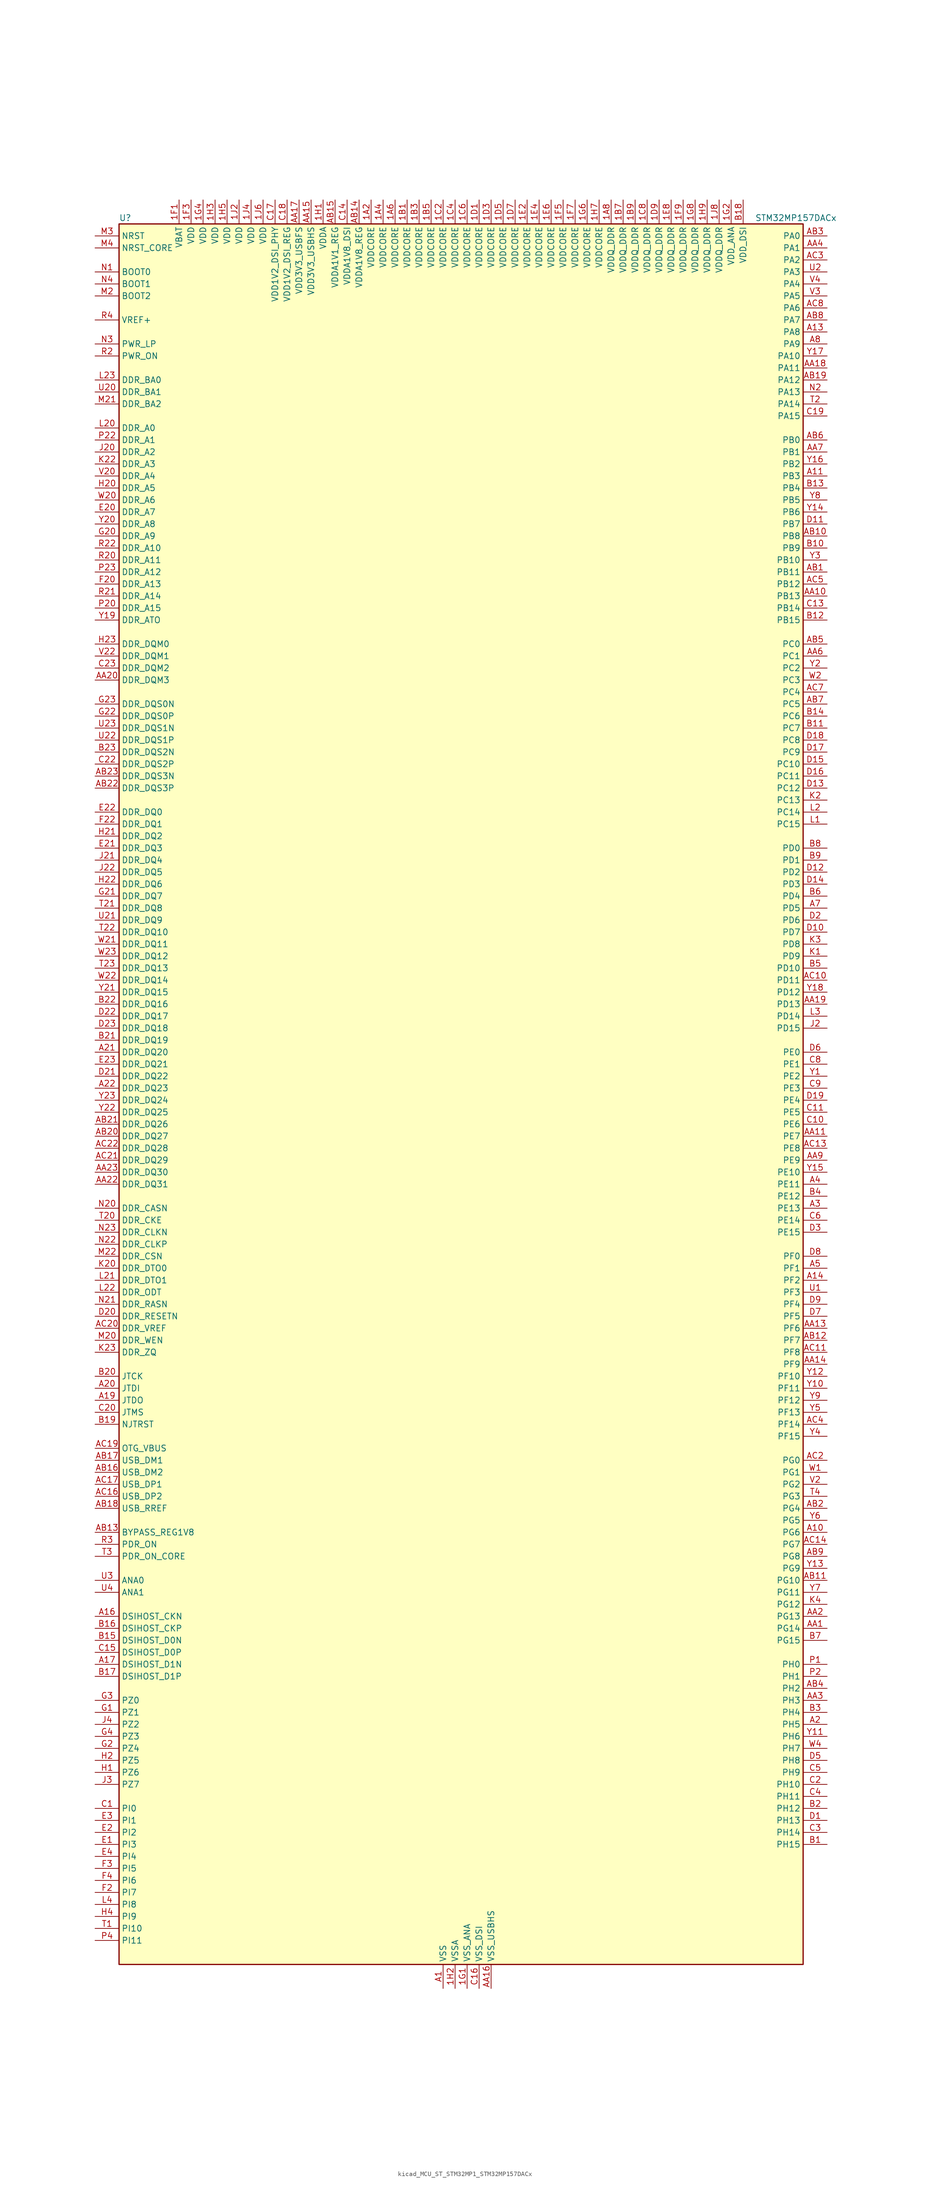
<source format=kicad_sym>
(kicad_symbol_lib
  (version 20220914)
  (generator kicad_symbol_editor)
  (symbol "kicad_MCU_ST_STM32MP1_STM32MP157DACx"
    (property "Reference" "U"
      (at -71.12 186.69 0)
      (effects (font (size 1.27 1.27)) (justify left)))
    (property "Value" "STM32MP157DACx"
      (at 63.5 186.69 0)
      (effects (font (size 1.27 1.27)) (justify left)))
    (property "ki_locked" ""
      (at 0 0 0)
      (effects (font (size 1.27 1.27))))
    (symbol "kicad_MCU_ST_STM32MP1_STM32MP157DACx_0_1"
      (rectangle (start -71.12 -182.88) (end 73.66 185.42) (stroke (width 0.254) (type default)) (fill (type background))))
    (symbol "kicad_MCU_ST_STM32MP1_STM32MP157DACx_1_1"
      (pin power_in line (at -17.78 190.5 270) (length 5.08) (name "VDDCORE" (effects (font (size 1.27 1.27)))) (number "1A2" (effects (font (size 1.27 1.27)))))
      (pin passive line (at -2.54 -187.96 90) (length 5.08) hide (name "VSS" (effects (font (size 1.27 1.27)))) (number "1A3" (effects (font (size 1.27 1.27)))))
      (pin power_in line (at -15.24 190.5 270) (length 5.08) (name "VDDCORE" (effects (font (size 1.27 1.27)))) (number "1A4" (effects (font (size 1.27 1.27)))))
      (pin passive line (at -2.54 -187.96 90) (length 5.08) hide (name "VSS" (effects (font (size 1.27 1.27)))) (number "1A5" (effects (font (size 1.27 1.27)))))
      (pin power_in line (at -12.7 190.5 270) (length 5.08) (name "VDDCORE" (effects (font (size 1.27 1.27)))) (number "1A6" (effects (font (size 1.27 1.27)))))
      (pin passive line (at -2.54 -187.96 90) (length 5.08) hide (name "VSS" (effects (font (size 1.27 1.27)))) (number "1A7" (effects (font (size 1.27 1.27)))))
      (pin power_in line (at 33.02 190.5 270) (length 5.08) (name "VDDQ_DDR" (effects (font (size 1.27 1.27)))) (number "1A8" (effects (font (size 1.27 1.27)))))
      (pin power_in line (at -10.16 190.5 270) (length 5.08) (name "VDDCORE" (effects (font (size 1.27 1.27)))) (number "1B1" (effects (font (size 1.27 1.27)))))
      (pin passive line (at -2.54 -187.96 90) (length 5.08) hide (name "VSS" (effects (font (size 1.27 1.27)))) (number "1B2" (effects (font (size 1.27 1.27)))))
      (pin power_in line (at -7.62 190.5 270) (length 5.08) (name "VDDCORE" (effects (font (size 1.27 1.27)))) (number "1B3" (effects (font (size 1.27 1.27)))))
      (pin passive line (at -2.54 -187.96 90) (length 5.08) hide (name "VSS" (effects (font (size 1.27 1.27)))) (number "1B4" (effects (font (size 1.27 1.27)))))
      (pin power_in line (at -5.08 190.5 270) (length 5.08) (name "VDDCORE" (effects (font (size 1.27 1.27)))) (number "1B5" (effects (font (size 1.27 1.27)))))
      (pin passive line (at -2.54 -187.96 90) (length 5.08) hide (name "VSS" (effects (font (size 1.27 1.27)))) (number "1B6" (effects (font (size 1.27 1.27)))))
      (pin power_in line (at 35.56 190.5 270) (length 5.08) (name "VDDQ_DDR" (effects (font (size 1.27 1.27)))) (number "1B7" (effects (font (size 1.27 1.27)))))
      (pin passive line (at -2.54 -187.96 90) (length 5.08) hide (name "VSS" (effects (font (size 1.27 1.27)))) (number "1B8" (effects (font (size 1.27 1.27)))))
      (pin power_in line (at 38.1 190.5 270) (length 5.08) (name "VDDQ_DDR" (effects (font (size 1.27 1.27)))) (number "1B9" (effects (font (size 1.27 1.27)))))
      (pin passive line (at -2.54 -187.96 90) (length 5.08) hide (name "VSS" (effects (font (size 1.27 1.27)))) (number "1C1" (effects (font (size 1.27 1.27)))))
      (pin power_in line (at -2.54 190.5 270) (length 5.08) (name "VDDCORE" (effects (font (size 1.27 1.27)))) (number "1C2" (effects (font (size 1.27 1.27)))))
      (pin passive line (at -2.54 -187.96 90) (length 5.08) hide (name "VSS" (effects (font (size 1.27 1.27)))) (number "1C3" (effects (font (size 1.27 1.27)))))
      (pin power_in line (at 0 190.5 270) (length 5.08) (name "VDDCORE" (effects (font (size 1.27 1.27)))) (number "1C4" (effects (font (size 1.27 1.27)))))
      (pin passive line (at -2.54 -187.96 90) (length 5.08) hide (name "VSS" (effects (font (size 1.27 1.27)))) (number "1C5" (effects (font (size 1.27 1.27)))))
      (pin power_in line (at 2.54 190.5 270) (length 5.08) (name "VDDCORE" (effects (font (size 1.27 1.27)))) (number "1C6" (effects (font (size 1.27 1.27)))))
      (pin passive line (at -2.54 -187.96 90) (length 5.08) hide (name "VSS" (effects (font (size 1.27 1.27)))) (number "1C7" (effects (font (size 1.27 1.27)))))
      (pin power_in line (at 40.64 190.5 270) (length 5.08) (name "VDDQ_DDR" (effects (font (size 1.27 1.27)))) (number "1C8" (effects (font (size 1.27 1.27)))))
      (pin passive line (at -2.54 -187.96 90) (length 5.08) hide (name "VSS" (effects (font (size 1.27 1.27)))) (number "1C9" (effects (font (size 1.27 1.27)))))
      (pin power_in line (at 5.08 190.5 270) (length 5.08) (name "VDDCORE" (effects (font (size 1.27 1.27)))) (number "1D1" (effects (font (size 1.27 1.27)))))
      (pin passive line (at -2.54 -187.96 90) (length 5.08) hide (name "VSS" (effects (font (size 1.27 1.27)))) (number "1D2" (effects (font (size 1.27 1.27)))))
      (pin power_in line (at 7.62 190.5 270) (length 5.08) (name "VDDCORE" (effects (font (size 1.27 1.27)))) (number "1D3" (effects (font (size 1.27 1.27)))))
      (pin passive line (at -2.54 -187.96 90) (length 5.08) hide (name "VSS" (effects (font (size 1.27 1.27)))) (number "1D4" (effects (font (size 1.27 1.27)))))
      (pin power_in line (at 10.16 190.5 270) (length 5.08) (name "VDDCORE" (effects (font (size 1.27 1.27)))) (number "1D5" (effects (font (size 1.27 1.27)))))
      (pin passive line (at -2.54 -187.96 90) (length 5.08) hide (name "VSS" (effects (font (size 1.27 1.27)))) (number "1D6" (effects (font (size 1.27 1.27)))))
      (pin power_in line (at 12.7 190.5 270) (length 5.08) (name "VDDCORE" (effects (font (size 1.27 1.27)))) (number "1D7" (effects (font (size 1.27 1.27)))))
      (pin passive line (at -2.54 -187.96 90) (length 5.08) hide (name "VSS" (effects (font (size 1.27 1.27)))) (number "1D8" (effects (font (size 1.27 1.27)))))
      (pin power_in line (at 43.18 190.5 270) (length 5.08) (name "VDDQ_DDR" (effects (font (size 1.27 1.27)))) (number "1D9" (effects (font (size 1.27 1.27)))))
      (pin passive line (at -2.54 -187.96 90) (length 5.08) hide (name "VSS" (effects (font (size 1.27 1.27)))) (number "1E1" (effects (font (size 1.27 1.27)))))
      (pin power_in line (at 15.24 190.5 270) (length 5.08) (name "VDDCORE" (effects (font (size 1.27 1.27)))) (number "1E2" (effects (font (size 1.27 1.27)))))
      (pin passive line (at -2.54 -187.96 90) (length 5.08) hide (name "VSS" (effects (font (size 1.27 1.27)))) (number "1E3" (effects (font (size 1.27 1.27)))))
      (pin power_in line (at 17.78 190.5 270) (length 5.08) (name "VDDCORE" (effects (font (size 1.27 1.27)))) (number "1E4" (effects (font (size 1.27 1.27)))))
      (pin passive line (at -2.54 -187.96 90) (length 5.08) hide (name "VSS" (effects (font (size 1.27 1.27)))) (number "1E5" (effects (font (size 1.27 1.27)))))
      (pin power_in line (at 20.32 190.5 270) (length 5.08) (name "VDDCORE" (effects (font (size 1.27 1.27)))) (number "1E6" (effects (font (size 1.27 1.27)))))
      (pin passive line (at -2.54 -187.96 90) (length 5.08) hide (name "VSS" (effects (font (size 1.27 1.27)))) (number "1E7" (effects (font (size 1.27 1.27)))))
      (pin power_in line (at 45.72 190.5 270) (length 5.08) (name "VDDQ_DDR" (effects (font (size 1.27 1.27)))) (number "1E8" (effects (font (size 1.27 1.27)))))
      (pin passive line (at -2.54 -187.96 90) (length 5.08) hide (name "VSS" (effects (font (size 1.27 1.27)))) (number "1E9" (effects (font (size 1.27 1.27)))))
      (pin power_in line (at -58.42 190.5 270) (length 5.08) (name "VBAT" (effects (font (size 1.27 1.27)))) (number "1F1" (effects (font (size 1.27 1.27)))))
      (pin passive line (at -2.54 -187.96 90) (length 5.08) hide (name "VSS" (effects (font (size 1.27 1.27)))) (number "1F2" (effects (font (size 1.27 1.27)))))
      (pin power_in line (at -55.88 190.5 270) (length 5.08) (name "VDD" (effects (font (size 1.27 1.27)))) (number "1F3" (effects (font (size 1.27 1.27)))))
      (pin passive line (at -2.54 -187.96 90) (length 5.08) hide (name "VSS" (effects (font (size 1.27 1.27)))) (number "1F4" (effects (font (size 1.27 1.27)))))
      (pin power_in line (at 22.86 190.5 270) (length 5.08) (name "VDDCORE" (effects (font (size 1.27 1.27)))) (number "1F5" (effects (font (size 1.27 1.27)))))
      (pin passive line (at -2.54 -187.96 90) (length 5.08) hide (name "VSS" (effects (font (size 1.27 1.27)))) (number "1F6" (effects (font (size 1.27 1.27)))))
      (pin power_in line (at 25.4 190.5 270) (length 5.08) (name "VDDCORE" (effects (font (size 1.27 1.27)))) (number "1F7" (effects (font (size 1.27 1.27)))))
      (pin passive line (at -2.54 -187.96 90) (length 5.08) hide (name "VSS" (effects (font (size 1.27 1.27)))) (number "1F8" (effects (font (size 1.27 1.27)))))
      (pin power_in line (at 48.26 190.5 270) (length 5.08) (name "VDDQ_DDR" (effects (font (size 1.27 1.27)))) (number "1F9" (effects (font (size 1.27 1.27)))))
      (pin power_in line (at 2.54 -187.96 90) (length 5.08) (name "VSS_ANA" (effects (font (size 1.27 1.27)))) (number "1G1" (effects (font (size 1.27 1.27)))))
      (pin power_in line (at 58.42 190.5 270) (length 5.08) (name "VDD_ANA" (effects (font (size 1.27 1.27)))) (number "1G2" (effects (font (size 1.27 1.27)))))
      (pin passive line (at -2.54 -187.96 90) (length 5.08) hide (name "VSS" (effects (font (size 1.27 1.27)))) (number "1G3" (effects (font (size 1.27 1.27)))))
      (pin power_in line (at -53.34 190.5 270) (length 5.08) (name "VDD" (effects (font (size 1.27 1.27)))) (number "1G4" (effects (font (size 1.27 1.27)))))
      (pin passive line (at -2.54 -187.96 90) (length 5.08) hide (name "VSS" (effects (font (size 1.27 1.27)))) (number "1G5" (effects (font (size 1.27 1.27)))))
      (pin power_in line (at 27.94 190.5 270) (length 5.08) (name "VDDCORE" (effects (font (size 1.27 1.27)))) (number "1G6" (effects (font (size 1.27 1.27)))))
      (pin passive line (at -2.54 -187.96 90) (length 5.08) hide (name "VSS" (effects (font (size 1.27 1.27)))) (number "1G7" (effects (font (size 1.27 1.27)))))
      (pin power_in line (at 50.8 190.5 270) (length 5.08) (name "VDDQ_DDR" (effects (font (size 1.27 1.27)))) (number "1G8" (effects (font (size 1.27 1.27)))))
      (pin passive line (at -2.54 -187.96 90) (length 5.08) hide (name "VSS" (effects (font (size 1.27 1.27)))) (number "1G9" (effects (font (size 1.27 1.27)))))
      (pin power_in line (at -27.94 190.5 270) (length 5.08) (name "VDDA" (effects (font (size 1.27 1.27)))) (number "1H1" (effects (font (size 1.27 1.27)))))
      (pin power_in line (at 0 -187.96 90) (length 5.08) (name "VSSA" (effects (font (size 1.27 1.27)))) (number "1H2" (effects (font (size 1.27 1.27)))))
      (pin power_in line (at -50.8 190.5 270) (length 5.08) (name "VDD" (effects (font (size 1.27 1.27)))) (number "1H3" (effects (font (size 1.27 1.27)))))
      (pin passive line (at -2.54 -187.96 90) (length 5.08) hide (name "VSS" (effects (font (size 1.27 1.27)))) (number "1H4" (effects (font (size 1.27 1.27)))))
      (pin power_in line (at -48.26 190.5 270) (length 5.08) (name "VDD" (effects (font (size 1.27 1.27)))) (number "1H5" (effects (font (size 1.27 1.27)))))
      (pin passive line (at -2.54 -187.96 90) (length 5.08) hide (name "VSS" (effects (font (size 1.27 1.27)))) (number "1H6" (effects (font (size 1.27 1.27)))))
      (pin power_in line (at 30.48 190.5 270) (length 5.08) (name "VDDCORE" (effects (font (size 1.27 1.27)))) (number "1H7" (effects (font (size 1.27 1.27)))))
      (pin passive line (at -2.54 -187.96 90) (length 5.08) hide (name "VSS" (effects (font (size 1.27 1.27)))) (number "1H8" (effects (font (size 1.27 1.27)))))
      (pin power_in line (at 53.34 190.5 270) (length 5.08) (name "VDDQ_DDR" (effects (font (size 1.27 1.27)))) (number "1H9" (effects (font (size 1.27 1.27)))))
      (pin power_in line (at -45.72 190.5 270) (length 5.08) (name "VDD" (effects (font (size 1.27 1.27)))) (number "1J2" (effects (font (size 1.27 1.27)))))
      (pin passive line (at -2.54 -187.96 90) (length 5.08) hide (name "VSS" (effects (font (size 1.27 1.27)))) (number "1J3" (effects (font (size 1.27 1.27)))))
      (pin power_in line (at -43.18 190.5 270) (length 5.08) (name "VDD" (effects (font (size 1.27 1.27)))) (number "1J4" (effects (font (size 1.27 1.27)))))
      (pin passive line (at -2.54 -187.96 90) (length 5.08) hide (name "VSS" (effects (font (size 1.27 1.27)))) (number "1J5" (effects (font (size 1.27 1.27)))))
      (pin power_in line (at -40.64 190.5 270) (length 5.08) (name "VDD" (effects (font (size 1.27 1.27)))) (number "1J6" (effects (font (size 1.27 1.27)))))
      (pin passive line (at -2.54 -187.96 90) (length 5.08) hide (name "VSS" (effects (font (size 1.27 1.27)))) (number "1J7" (effects (font (size 1.27 1.27)))))
      (pin power_in line (at 55.88 190.5 270) (length 5.08) (name "VDDQ_DDR" (effects (font (size 1.27 1.27)))) (number "1J8" (effects (font (size 1.27 1.27)))))
      (pin power_in line (at -2.54 -187.96 90) (length 5.08) (name "VSS" (effects (font (size 1.27 1.27)))) (number "A1" (effects (font (size 1.27 1.27)))))
      (pin bidirectional line (at 78.74 -91.44 180) (length 5.08) (name "PG6" (effects (font (size 1.27 1.27)))) (number "A10" (effects (font (size 1.27 1.27)))) (alternate "DCMI_D12" bidirectional line) (alternate "DEBUG_TRACED14" bidirectional line) (alternate "LTDC_R7" bidirectional line) (alternate "SDMMC2_CMD" bidirectional line) (alternate "TIM17_BKIN" bidirectional line))
      (pin bidirectional line (at 78.74 132.08 180) (length 5.08) (name "PB3" (effects (font (size 1.27 1.27)))) (number "A11" (effects (font (size 1.27 1.27)))) (alternate "DEBUG_TRACED9" bidirectional line) (alternate "I2S1_CK" bidirectional line) (alternate "I2S3_CK" bidirectional line) (alternate "SAI4_CK1" bidirectional line) (alternate "SAI4_MCLK_A" bidirectional line) (alternate "SDMMC2_D2" bidirectional line) (alternate "SPI1_SCK" bidirectional line) (alternate "SPI3_SCK" bidirectional line) (alternate "SPI6_SCK" bidirectional line) (alternate "TIM2_CH2" bidirectional line) (alternate "UART7_RX" bidirectional line))
      (pin bidirectional line (at 78.74 162.56 180) (length 5.08) (name "PA8" (effects (font (size 1.27 1.27)))) (number "A13" (effects (font (size 1.27 1.27)))) (alternate "I2C3_SCL" bidirectional line) (alternate "I2S3_SDO" bidirectional line) (alternate "LTDC_R6" bidirectional line) (alternate "RCC_MCO_1" bidirectional line) (alternate "SAI4_SD_B" bidirectional line) (alternate "SDMMC2_CKIN" bidirectional line) (alternate "SDMMC2_D4" bidirectional line) (alternate "SPI3_MOSI" bidirectional line) (alternate "TIM1_CH1" bidirectional line) (alternate "TIM8_BKIN2" bidirectional line) (alternate "UART7_RX" bidirectional line) (alternate "USART1_CK" bidirectional line) (alternate "USB_OTG_HS_SOF" bidirectional line))
      (pin bidirectional line (at 78.74 -38.1 180) (length 5.08) (name "PF2" (effects (font (size 1.27 1.27)))) (number "A14" (effects (font (size 1.27 1.27)))) (alternate "FMC_A2" bidirectional line) (alternate "I2C2_SMBA" bidirectional line) (alternate "SDMMC1_D0DIR" bidirectional line) (alternate "SDMMC2_D0DIR" bidirectional line) (alternate "SDMMC3_D0DIR" bidirectional line))
      (pin bidirectional line (at -76.2 -109.22 0) (length 5.08) (name "DSIHOST_CKN" (effects (font (size 1.27 1.27)))) (number "A16" (effects (font (size 1.27 1.27)))) (alternate "DSIHOST_CKN" bidirectional line))
      (pin bidirectional line (at -76.2 -119.38 0) (length 5.08) (name "DSIHOST_D1N" (effects (font (size 1.27 1.27)))) (number "A17" (effects (font (size 1.27 1.27)))) (alternate "DSIHOST_D1N" bidirectional line))
      (pin bidirectional line (at -76.2 -63.5 0) (length 5.08) (name "JTDO" (effects (font (size 1.27 1.27)))) (number "A19" (effects (font (size 1.27 1.27)))) (alternate "DEBUG_JTDO-SWO" bidirectional line))
      (pin bidirectional line (at 78.74 -132.08 180) (length 5.08) (name "PH5" (effects (font (size 1.27 1.27)))) (number "A2" (effects (font (size 1.27 1.27)))) (alternate "I2C2_SDA" bidirectional line) (alternate "SAI4_SD_B" bidirectional line) (alternate "SPI5_NSS" bidirectional line))
      (pin bidirectional line (at -76.2 -60.96 0) (length 5.08) (name "JTDI" (effects (font (size 1.27 1.27)))) (number "A20" (effects (font (size 1.27 1.27)))) (alternate "DEBUG_JTDI" bidirectional line))
      (pin bidirectional line (at -76.2 10.16 0) (length 5.08) (name "DDR_DQ20" (effects (font (size 1.27 1.27)))) (number "A21" (effects (font (size 1.27 1.27)))) (alternate "DDR_DQ20" bidirectional line))
      (pin bidirectional line (at -76.2 2.54 0) (length 5.08) (name "DDR_DQ23" (effects (font (size 1.27 1.27)))) (number "A22" (effects (font (size 1.27 1.27)))) (alternate "DDR_DQ23" bidirectional line))
      (pin passive line (at -2.54 -187.96 90) (length 5.08) hide (name "VSS" (effects (font (size 1.27 1.27)))) (number "A23" (effects (font (size 1.27 1.27)))))
      (pin bidirectional line (at 78.74 -22.86 180) (length 5.08) (name "PE13" (effects (font (size 1.27 1.27)))) (number "A3" (effects (font (size 1.27 1.27)))) (alternate "DCMI_D6" bidirectional line) (alternate "DFSDM1_CKIN5" bidirectional line) (alternate "FMC_D10" bidirectional line) (alternate "FMC_DA10" bidirectional line) (alternate "HDP_HDP2" bidirectional line) (alternate "LTDC_DE" bidirectional line) (alternate "SAI2_FS_B" bidirectional line) (alternate "SPI4_MISO" bidirectional line) (alternate "TIM1_CH3" bidirectional line))
      (pin bidirectional line (at 78.74 -17.78 180) (length 5.08) (name "PE11" (effects (font (size 1.27 1.27)))) (number "A4" (effects (font (size 1.27 1.27)))) (alternate "ADC1_EXTI11" bidirectional line) (alternate "ADC2_EXTI11" bidirectional line) (alternate "DCMI_D4" bidirectional line) (alternate "DFSDM1_CKIN4" bidirectional line) (alternate "FMC_D8" bidirectional line) (alternate "FMC_DA8" bidirectional line) (alternate "LTDC_G3" bidirectional line) (alternate "SAI2_SD_B" bidirectional line) (alternate "SPI4_NSS" bidirectional line) (alternate "TIM1_CH2" bidirectional line) (alternate "USART6_CK" bidirectional line))
      (pin bidirectional line (at 78.74 -35.56 180) (length 5.08) (name "PF1" (effects (font (size 1.27 1.27)))) (number "A5" (effects (font (size 1.27 1.27)))) (alternate "FMC_A1" bidirectional line) (alternate "I2C2_SCL" bidirectional line) (alternate "SDMMC3_CDIR" bidirectional line) (alternate "SDMMC3_CMD" bidirectional line))
      (pin bidirectional line (at 78.74 40.64 180) (length 5.08) (name "PD5" (effects (font (size 1.27 1.27)))) (number "A7" (effects (font (size 1.27 1.27)))) (alternate "FMC_NWE" bidirectional line) (alternate "SDMMC3_D2" bidirectional line) (alternate "USART2_TX" bidirectional line))
      (pin bidirectional line (at 78.74 160.02 180) (length 5.08) (name "PA9" (effects (font (size 1.27 1.27)))) (number "A8" (effects (font (size 1.27 1.27)))) (alternate "DAC1_EXTI9" bidirectional line) (alternate "DCMI_D0" bidirectional line) (alternate "I2C3_SMBA" bidirectional line) (alternate "I2S2_CK" bidirectional line) (alternate "LTDC_R5" bidirectional line) (alternate "SDMMC2_CDIR" bidirectional line) (alternate "SDMMC2_D5" bidirectional line) (alternate "SPI2_SCK" bidirectional line) (alternate "TIM1_CH2" bidirectional line) (alternate "USART1_TX" bidirectional line))
      (pin bidirectional line (at 78.74 -111.76 180) (length 5.08) (name "PG14" (effects (font (size 1.27 1.27)))) (number "AA1" (effects (font (size 1.27 1.27)))) (alternate "DEBUG_TRACED1" bidirectional line) (alternate "ETH1_TXD1" bidirectional line) (alternate "FMC_A25" bidirectional line) (alternate "LPTIM1_ETR" bidirectional line) (alternate "LTDC_B0" bidirectional line) (alternate "QUADSPI_BK2_IO3" bidirectional line) (alternate "SAI4_D1" bidirectional line) (alternate "SAI4_SD_A" bidirectional line) (alternate "SPI6_MOSI" bidirectional line) (alternate "USART6_TX" bidirectional line))
      (pin bidirectional line (at 78.74 106.68 180) (length 5.08) (name "PB13" (effects (font (size 1.27 1.27)))) (number "AA10" (effects (font (size 1.27 1.27)))) (alternate "DFSDM1_CKIN1" bidirectional line) (alternate "DFSDM1_CKOUT" bidirectional line) (alternate "ETH1_TXD1" bidirectional line) (alternate "FDCAN2_TX" bidirectional line) (alternate "I2S2_CK" bidirectional line) (alternate "LPTIM2_OUT" bidirectional line) (alternate "SPI2_SCK" bidirectional line) (alternate "TIM1_CH1N" bidirectional line) (alternate "UART5_TX" bidirectional line) (alternate "USART3_CTS" bidirectional line) (alternate "USART3_NSS" bidirectional line))
      (pin bidirectional line (at 78.74 -7.62 180) (length 5.08) (name "PE7" (effects (font (size 1.27 1.27)))) (number "AA11" (effects (font (size 1.27 1.27)))) (alternate "DFSDM1_DATIN2" bidirectional line) (alternate "FMC_D4" bidirectional line) (alternate "FMC_DA4" bidirectional line) (alternate "QUADSPI_BK2_IO0" bidirectional line) (alternate "TIM1_ETR" bidirectional line) (alternate "TIM3_ETR" bidirectional line) (alternate "UART7_RX" bidirectional line))
      (pin passive line (at -2.54 -187.96 90) (length 5.08) hide (name "VSS" (effects (font (size 1.27 1.27)))) (number "AA12" (effects (font (size 1.27 1.27)))))
      (pin bidirectional line (at 78.74 -48.26 180) (length 5.08) (name "PF6" (effects (font (size 1.27 1.27)))) (number "AA13" (effects (font (size 1.27 1.27)))) (alternate "QUADSPI_BK1_IO3" bidirectional line) (alternate "SAI1_SD_B" bidirectional line) (alternate "SAI4_SCK_B" bidirectional line) (alternate "SPI5_NSS" bidirectional line) (alternate "TIM16_CH1" bidirectional line) (alternate "UART7_RX" bidirectional line))
      (pin bidirectional line (at 78.74 -55.88 180) (length 5.08) (name "PF9" (effects (font (size 1.27 1.27)))) (number "AA14" (effects (font (size 1.27 1.27)))) (alternate "DAC1_EXTI9" bidirectional line) (alternate "DEBUG_TRACED13" bidirectional line) (alternate "QUADSPI_BK1_IO1" bidirectional line) (alternate "SAI1_FS_B" bidirectional line) (alternate "SPI5_MOSI" bidirectional line) (alternate "TIM14_CH1" bidirectional line) (alternate "TIM17_CH1N" bidirectional line) (alternate "UART7_CTS" bidirectional line))
      (pin power_in line (at -30.48 190.5 270) (length 5.08) (name "VDD3V3_USBHS" (effects (font (size 1.27 1.27)))) (number "AA15" (effects (font (size 1.27 1.27)))))
      (pin power_in line (at 7.62 -187.96 90) (length 5.08) (name "VSS_USBHS" (effects (font (size 1.27 1.27)))) (number "AA16" (effects (font (size 1.27 1.27)))))
      (pin power_in line (at -33.02 190.5 270) (length 5.08) (name "VDD3V3_USBFS" (effects (font (size 1.27 1.27)))) (number "AA17" (effects (font (size 1.27 1.27)))))
      (pin bidirectional line (at 78.74 154.94 180) (length 5.08) (name "PA11" (effects (font (size 1.27 1.27)))) (number "AA18" (effects (font (size 1.27 1.27)))) (alternate "ADC1_EXTI11" bidirectional line) (alternate "ADC2_EXTI11" bidirectional line) (alternate "FDCAN1_RX" bidirectional line) (alternate "I2C5_SCL" bidirectional line) (alternate "I2C6_SCL" bidirectional line) (alternate "I2S2_WS" bidirectional line) (alternate "LTDC_R4" bidirectional line) (alternate "SPI2_NSS" bidirectional line) (alternate "TIM1_CH4" bidirectional line) (alternate "UART4_RX" bidirectional line) (alternate "USART1_CTS" bidirectional line) (alternate "USART1_NSS" bidirectional line))
      (pin bidirectional line (at 78.74 20.32 180) (length 5.08) (name "PD13" (effects (font (size 1.27 1.27)))) (number "AA19" (effects (font (size 1.27 1.27)))) (alternate "DSIHOST_TE" bidirectional line) (alternate "FMC_A18" bidirectional line) (alternate "I2C1_SDA" bidirectional line) (alternate "I2C4_SDA" bidirectional line) (alternate "I2S3_MCK" bidirectional line) (alternate "LPTIM1_OUT" bidirectional line) (alternate "QUADSPI_BK1_IO3" bidirectional line) (alternate "SAI2_SCK_A" bidirectional line) (alternate "TIM4_CH2" bidirectional line))
      (pin bidirectional line (at 78.74 -109.22 180) (length 5.08) (name "PG13" (effects (font (size 1.27 1.27)))) (number "AA2" (effects (font (size 1.27 1.27)))) (alternate "DEBUG_TRACED0" bidirectional line) (alternate "ETH1_TXD0" bidirectional line) (alternate "FMC_A24" bidirectional line) (alternate "LPTIM1_OUT" bidirectional line) (alternate "LTDC_R0" bidirectional line) (alternate "SAI1_CK2" bidirectional line) (alternate "SAI1_SCK_A" bidirectional line) (alternate "SAI4_CK1" bidirectional line) (alternate "SAI4_MCLK_A" bidirectional line) (alternate "SPI6_SCK" bidirectional line) (alternate "USART6_CTS" bidirectional line) (alternate "USART6_NSS" bidirectional line))
      (pin bidirectional line (at -76.2 88.9 0) (length 5.08) (name "DDR_DQM3" (effects (font (size 1.27 1.27)))) (number "AA20" (effects (font (size 1.27 1.27)))) (alternate "DDR_DQM3" bidirectional line))
      (pin passive line (at -2.54 -187.96 90) (length 5.08) hide (name "VSS" (effects (font (size 1.27 1.27)))) (number "AA21" (effects (font (size 1.27 1.27)))))
      (pin bidirectional line (at -76.2 -17.78 0) (length 5.08) (name "DDR_DQ31" (effects (font (size 1.27 1.27)))) (number "AA22" (effects (font (size 1.27 1.27)))) (alternate "DDR_DQ31" bidirectional line))
      (pin bidirectional line (at -76.2 -15.24 0) (length 5.08) (name "DDR_DQ30" (effects (font (size 1.27 1.27)))) (number "AA23" (effects (font (size 1.27 1.27)))) (alternate "DDR_DQ30" bidirectional line))
      (pin bidirectional line (at 78.74 -127 180) (length 5.08) (name "PH3" (effects (font (size 1.27 1.27)))) (number "AA3" (effects (font (size 1.27 1.27)))) (alternate "DFSDM1_CKIN4" bidirectional line) (alternate "ETH1_COL" bidirectional line) (alternate "LTDC_R1" bidirectional line) (alternate "QUADSPI_BK2_IO1" bidirectional line) (alternate "SAI2_MCLK_B" bidirectional line))
      (pin bidirectional line (at 78.74 180.34 180) (length 5.08) (name "PA1" (effects (font (size 1.27 1.27)))) (number "AA4" (effects (font (size 1.27 1.27)))) (alternate "ADC1_INN16" bidirectional line) (alternate "ADC1_INP17" bidirectional line) (alternate "ETH1_CLK" bidirectional line) (alternate "ETH1_REF_CLK" bidirectional line) (alternate "ETH1_RX_CLK" bidirectional line) (alternate "LPTIM3_OUT" bidirectional line) (alternate "LTDC_R2" bidirectional line) (alternate "QUADSPI_BK1_IO3" bidirectional line) (alternate "SAI2_MCLK_B" bidirectional line) (alternate "TIM15_CH1N" bidirectional line) (alternate "TIM2_CH2" bidirectional line) (alternate "TIM5_CH2" bidirectional line) (alternate "UART4_RX" bidirectional line) (alternate "USART2_DE" bidirectional line) (alternate "USART2_RTS" bidirectional line))
      (pin passive line (at -2.54 -187.96 90) (length 5.08) hide (name "VSS" (effects (font (size 1.27 1.27)))) (number "AA5" (effects (font (size 1.27 1.27)))))
      (pin bidirectional line (at 78.74 93.98 180) (length 5.08) (name "PC1" (effects (font (size 1.27 1.27)))) (number "AA6" (effects (font (size 1.27 1.27)))) (alternate "ADC1_INN10" bidirectional line) (alternate "ADC1_INP11" bidirectional line) (alternate "ADC2_INN10" bidirectional line) (alternate "ADC2_INP11" bidirectional line) (alternate "DEBUG_TRACED0" bidirectional line) (alternate "DFSDM1_CKIN4" bidirectional line) (alternate "DFSDM1_DATIN0" bidirectional line) (alternate "ETH1_MDC" bidirectional line) (alternate "I2S2_SDO" bidirectional line) (alternate "PWR_WKUP6" bidirectional line) (alternate "SAI1_D1" bidirectional line) (alternate "SAI1_SD_A" bidirectional line) (alternate "SDMMC2_CK" bidirectional line) (alternate "SPI2_MOSI" bidirectional line) (alternate "TAMP_IN3" bidirectional line))
      (pin bidirectional line (at 78.74 137.16 180) (length 5.08) (name "PB1" (effects (font (size 1.27 1.27)))) (number "AA7" (effects (font (size 1.27 1.27)))) (alternate "ADC1_INP5" bidirectional line) (alternate "ADC2_INP5" bidirectional line) (alternate "DFSDM1_DATIN1" bidirectional line) (alternate "ETH1_RXD3" bidirectional line) (alternate "LTDC_G0" bidirectional line) (alternate "LTDC_R6" bidirectional line) (alternate "TIM1_CH3N" bidirectional line) (alternate "TIM3_CH4" bidirectional line) (alternate "TIM8_CH3N" bidirectional line))
      (pin passive line (at -2.54 -187.96 90) (length 5.08) hide (name "VSS" (effects (font (size 1.27 1.27)))) (number "AA8" (effects (font (size 1.27 1.27)))))
      (pin bidirectional line (at 78.74 -12.7 180) (length 5.08) (name "PE9" (effects (font (size 1.27 1.27)))) (number "AA9" (effects (font (size 1.27 1.27)))) (alternate "DAC1_EXTI9" bidirectional line) (alternate "DFSDM1_CKOUT" bidirectional line) (alternate "FMC_D6" bidirectional line) (alternate "FMC_DA6" bidirectional line) (alternate "QUADSPI_BK2_IO2" bidirectional line) (alternate "TIM1_CH1" bidirectional line) (alternate "UART7_DE" bidirectional line) (alternate "UART7_RTS" bidirectional line))
      (pin bidirectional line (at 78.74 111.76 180) (length 5.08) (name "PB11" (effects (font (size 1.27 1.27)))) (number "AB1" (effects (font (size 1.27 1.27)))) (alternate "ADC1_EXTI11" bidirectional line) (alternate "ADC2_EXTI11" bidirectional line) (alternate "DFSDM1_CKIN7" bidirectional line) (alternate "DSIHOST_TE" bidirectional line) (alternate "ETH1_TX_CTL" bidirectional line) (alternate "ETH1_TX_EN" bidirectional line) (alternate "I2C2_SDA" bidirectional line) (alternate "LPTIM2_ETR" bidirectional line) (alternate "LTDC_G5" bidirectional line) (alternate "TIM2_CH4" bidirectional line) (alternate "USART3_RX" bidirectional line))
      (pin bidirectional line (at 78.74 119.38 180) (length 5.08) (name "PB8" (effects (font (size 1.27 1.27)))) (number "AB10" (effects (font (size 1.27 1.27)))) (alternate "DCMI_D6" bidirectional line) (alternate "DFSDM1_CKIN7" bidirectional line) (alternate "ETH1_TXD3" bidirectional line) (alternate "FDCAN1_RX" bidirectional line) (alternate "HDP_HDP6" bidirectional line) (alternate "I2C1_SCL" bidirectional line) (alternate "I2C4_SCL" bidirectional line) (alternate "LTDC_B6" bidirectional line) (alternate "SDMMC1_CKIN" bidirectional line) (alternate "SDMMC1_D4" bidirectional line) (alternate "SDMMC2_CKIN" bidirectional line) (alternate "SDMMC2_D4" bidirectional line) (alternate "TIM16_CH1" bidirectional line) (alternate "TIM4_CH3" bidirectional line) (alternate "UART4_RX" bidirectional line))
      (pin bidirectional line (at 78.74 -101.6 180) (length 5.08) (name "PG10" (effects (font (size 1.27 1.27)))) (number "AB11" (effects (font (size 1.27 1.27)))) (alternate "DCMI_D2" bidirectional line) (alternate "DEBUG_TRACED10" bidirectional line) (alternate "FMC_NE3" bidirectional line) (alternate "LTDC_B2" bidirectional line) (alternate "LTDC_G3" bidirectional line) (alternate "QUADSPI_BK2_IO2" bidirectional line) (alternate "SAI2_SD_B" bidirectional line) (alternate "UART8_CTS" bidirectional line))
      (pin bidirectional line (at 78.74 -50.8 180) (length 5.08) (name "PF7" (effects (font (size 1.27 1.27)))) (number "AB12" (effects (font (size 1.27 1.27)))) (alternate "QUADSPI_BK1_IO2" bidirectional line) (alternate "SAI1_MCLK_B" bidirectional line) (alternate "SPI5_SCK" bidirectional line) (alternate "TIM17_CH1" bidirectional line) (alternate "UART7_TX" bidirectional line))
      (pin bidirectional line (at -76.2 -91.44 0) (length 5.08) (name "BYPASS_REG1V8" (effects (font (size 1.27 1.27)))) (number "AB13" (effects (font (size 1.27 1.27)))))
      (pin power_in line (at -20.32 190.5 270) (length 5.08) (name "VDDA1V8_REG" (effects (font (size 1.27 1.27)))) (number "AB14" (effects (font (size 1.27 1.27)))))
      (pin power_in line (at -25.4 190.5 270) (length 5.08) (name "VDDA1V1_REG" (effects (font (size 1.27 1.27)))) (number "AB15" (effects (font (size 1.27 1.27)))))
      (pin bidirectional line (at -76.2 -78.74 0) (length 5.08) (name "USB_DM2" (effects (font (size 1.27 1.27)))) (number "AB16" (effects (font (size 1.27 1.27)))) (alternate "USBH_HS2_DM" bidirectional line) (alternate "USB_OTG_HS_DM" bidirectional line))
      (pin bidirectional line (at -76.2 -76.2 0) (length 5.08) (name "USB_DM1" (effects (font (size 1.27 1.27)))) (number "AB17" (effects (font (size 1.27 1.27)))) (alternate "USBH_HS1_DM" bidirectional line))
      (pin bidirectional line (at -76.2 -86.36 0) (length 5.08) (name "USB_RREF" (effects (font (size 1.27 1.27)))) (number "AB18" (effects (font (size 1.27 1.27)))))
      (pin bidirectional line (at 78.74 152.4 180) (length 5.08) (name "PA12" (effects (font (size 1.27 1.27)))) (number "AB19" (effects (font (size 1.27 1.27)))) (alternate "FDCAN1_TX" bidirectional line) (alternate "I2C5_SDA" bidirectional line) (alternate "I2C6_SDA" bidirectional line) (alternate "LTDC_R5" bidirectional line) (alternate "SAI2_FS_B" bidirectional line) (alternate "TIM1_ETR" bidirectional line) (alternate "UART4_TX" bidirectional line) (alternate "USART1_DE" bidirectional line) (alternate "USART1_RTS" bidirectional line))
      (pin bidirectional line (at 78.74 -86.36 180) (length 5.08) (name "PG4" (effects (font (size 1.27 1.27)))) (number "AB2" (effects (font (size 1.27 1.27)))) (alternate "ETH1_GTX_CLK" bidirectional line) (alternate "FMC_A14" bidirectional line) (alternate "TIM1_BKIN2" bidirectional line))
      (pin bidirectional line (at -76.2 -7.62 0) (length 5.08) (name "DDR_DQ27" (effects (font (size 1.27 1.27)))) (number "AB20" (effects (font (size 1.27 1.27)))) (alternate "DDR_DQ27" bidirectional line))
      (pin bidirectional line (at -76.2 -5.08 0) (length 5.08) (name "DDR_DQ26" (effects (font (size 1.27 1.27)))) (number "AB21" (effects (font (size 1.27 1.27)))) (alternate "DDR_DQ26" bidirectional line))
      (pin bidirectional line (at -76.2 66.04 0) (length 5.08) (name "DDR_DQS3P" (effects (font (size 1.27 1.27)))) (number "AB22" (effects (font (size 1.27 1.27)))) (alternate "DDR_DQS3P" bidirectional line))
      (pin bidirectional line (at -76.2 68.58 0) (length 5.08) (name "DDR_DQS3N" (effects (font (size 1.27 1.27)))) (number "AB23" (effects (font (size 1.27 1.27)))) (alternate "DDR_DQS3N" bidirectional line))
      (pin bidirectional line (at 78.74 182.88 180) (length 5.08) (name "PA0" (effects (font (size 1.27 1.27)))) (number "AB3" (effects (font (size 1.27 1.27)))) (alternate "ADC1_INP16" bidirectional line) (alternate "ETH1_CRS" bidirectional line) (alternate "PWR_WKUP1" bidirectional line) (alternate "SAI2_SD_B" bidirectional line) (alternate "SDMMC2_CMD" bidirectional line) (alternate "TIM15_BKIN" bidirectional line) (alternate "TIM2_CH1" bidirectional line) (alternate "TIM2_ETR" bidirectional line) (alternate "TIM5_CH1" bidirectional line) (alternate "TIM8_ETR" bidirectional line) (alternate "UART4_TX" bidirectional line) (alternate "USART2_CTS" bidirectional line) (alternate "USART2_NSS" bidirectional line))
      (pin bidirectional line (at 78.74 -124.46 180) (length 5.08) (name "PH2" (effects (font (size 1.27 1.27)))) (number "AB4" (effects (font (size 1.27 1.27)))) (alternate "ETH1_CRS" bidirectional line) (alternate "LPTIM1_IN2" bidirectional line) (alternate "LTDC_R0" bidirectional line) (alternate "QUADSPI_BK2_IO0" bidirectional line) (alternate "SAI2_SCK_B" bidirectional line))
      (pin bidirectional line (at 78.74 96.52 180) (length 5.08) (name "PC0" (effects (font (size 1.27 1.27)))) (number "AB5" (effects (font (size 1.27 1.27)))) (alternate "ADC1_INP10" bidirectional line) (alternate "ADC2_INP10" bidirectional line) (alternate "DFSDM1_CKIN0" bidirectional line) (alternate "DFSDM1_DATIN4" bidirectional line) (alternate "LPTIM2_IN2" bidirectional line) (alternate "LTDC_R5" bidirectional line) (alternate "QUADSPI_BK2_NCS" bidirectional line) (alternate "SAI2_FS_B" bidirectional line))
      (pin bidirectional line (at 78.74 139.7 180) (length 5.08) (name "PB0" (effects (font (size 1.27 1.27)))) (number "AB6" (effects (font (size 1.27 1.27)))) (alternate "ADC1_INN5" bidirectional line) (alternate "ADC1_INP9" bidirectional line) (alternate "ADC2_INN5" bidirectional line) (alternate "ADC2_INP9" bidirectional line) (alternate "DFSDM1_CKOUT" bidirectional line) (alternate "ETH1_RXD2" bidirectional line) (alternate "LTDC_G1" bidirectional line) (alternate "LTDC_R3" bidirectional line) (alternate "TIM1_CH2N" bidirectional line) (alternate "TIM3_CH3" bidirectional line) (alternate "TIM8_CH2N" bidirectional line) (alternate "UART4_CTS" bidirectional line))
      (pin bidirectional line (at 78.74 83.82 180) (length 5.08) (name "PC5" (effects (font (size 1.27 1.27)))) (number "AB7" (effects (font (size 1.27 1.27)))) (alternate "ADC1_INN4" bidirectional line) (alternate "ADC1_INP8" bidirectional line) (alternate "ADC2_INN4" bidirectional line) (alternate "ADC2_INP8" bidirectional line) (alternate "DFSDM1_DATIN2" bidirectional line) (alternate "ETH1_RXD1" bidirectional line) (alternate "SAI1_D3" bidirectional line) (alternate "SAI1_D4" bidirectional line) (alternate "SAI4_D3" bidirectional line) (alternate "SAI4_D4" bidirectional line) (alternate "SPDIFRX_IN3" bidirectional line))
      (pin bidirectional line (at 78.74 165.1 180) (length 5.08) (name "PA7" (effects (font (size 1.27 1.27)))) (number "AB8" (effects (font (size 1.27 1.27)))) (alternate "ADC1_INN3" bidirectional line) (alternate "ADC1_INP7" bidirectional line) (alternate "ADC2_INN3" bidirectional line) (alternate "ADC2_INP7" bidirectional line) (alternate "ETH1_CRS_DV" bidirectional line) (alternate "ETH1_RX_CTL" bidirectional line) (alternate "ETH1_RX_DV" bidirectional line) (alternate "I2S1_SDO" bidirectional line) (alternate "QUADSPI_CLK" bidirectional line) (alternate "SAI4_D1" bidirectional line) (alternate "SAI4_SD_A" bidirectional line) (alternate "SPI1_MOSI" bidirectional line) (alternate "SPI6_MOSI" bidirectional line) (alternate "TIM14_CH1" bidirectional line) (alternate "TIM1_CH1N" bidirectional line) (alternate "TIM3_CH2" bidirectional line) (alternate "TIM8_CH1N" bidirectional line))
      (pin bidirectional line (at 78.74 -96.52 180) (length 5.08) (name "PG8" (effects (font (size 1.27 1.27)))) (number "AB9" (effects (font (size 1.27 1.27)))) (alternate "DEBUG_TRACED15" bidirectional line) (alternate "ETH1_CLK" bidirectional line) (alternate "ETH1_PPS_OUT" bidirectional line) (alternate "LTDC_G7" bidirectional line) (alternate "SAI4_D2" bidirectional line) (alternate "SAI4_FS_A" bidirectional line) (alternate "SPDIFRX_IN2" bidirectional line) (alternate "SPI6_NSS" bidirectional line) (alternate "TIM2_CH1" bidirectional line) (alternate "TIM2_ETR" bidirectional line) (alternate "TIM8_ETR" bidirectional line) (alternate "USART3_DE" bidirectional line) (alternate "USART3_RTS" bidirectional line) (alternate "USART6_DE" bidirectional line) (alternate "USART6_RTS" bidirectional line))
      (pin passive line (at -2.54 -187.96 90) (length 5.08) hide (name "VSS" (effects (font (size 1.27 1.27)))) (number "AC1" (effects (font (size 1.27 1.27)))))
      (pin bidirectional line (at 78.74 25.4 180) (length 5.08) (name "PD11" (effects (font (size 1.27 1.27)))) (number "AC10" (effects (font (size 1.27 1.27)))) (alternate "ADC1_EXTI11" bidirectional line) (alternate "ADC2_EXTI11" bidirectional line) (alternate "FMC_A16" bidirectional line) (alternate "FMC_CLE" bidirectional line) (alternate "I2C1_SMBA" bidirectional line) (alternate "I2C4_SMBA" bidirectional line) (alternate "LPTIM2_IN2" bidirectional line) (alternate "QUADSPI_BK1_IO0" bidirectional line) (alternate "SAI2_SD_A" bidirectional line) (alternate "USART3_CTS" bidirectional line) (alternate "USART3_NSS" bidirectional line))
      (pin bidirectional line (at 78.74 -53.34 180) (length 5.08) (name "PF8" (effects (font (size 1.27 1.27)))) (number "AC11" (effects (font (size 1.27 1.27)))) (alternate "DEBUG_TRACED12" bidirectional line) (alternate "QUADSPI_BK1_IO0" bidirectional line) (alternate "SAI1_SCK_B" bidirectional line) (alternate "SPI5_MISO" bidirectional line) (alternate "TIM13_CH1" bidirectional line) (alternate "TIM16_CH1N" bidirectional line) (alternate "UART7_DE" bidirectional line) (alternate "UART7_RTS" bidirectional line))
      (pin bidirectional line (at 78.74 -10.16 180) (length 5.08) (name "PE8" (effects (font (size 1.27 1.27)))) (number "AC13" (effects (font (size 1.27 1.27)))) (alternate "DFSDM1_CKIN2" bidirectional line) (alternate "FMC_D5" bidirectional line) (alternate "FMC_DA5" bidirectional line) (alternate "QUADSPI_BK2_IO1" bidirectional line) (alternate "TIM1_CH1N" bidirectional line) (alternate "UART7_TX" bidirectional line))
      (pin bidirectional line (at 78.74 -93.98 180) (length 5.08) (name "PG7" (effects (font (size 1.27 1.27)))) (number "AC14" (effects (font (size 1.27 1.27)))) (alternate "DCMI_D13" bidirectional line) (alternate "DEBUG_TRACED5" bidirectional line) (alternate "LTDC_CLK" bidirectional line) (alternate "QUADSPI_BK2_IO3" bidirectional line) (alternate "QUADSPI_CLK" bidirectional line) (alternate "SAI1_MCLK_A" bidirectional line) (alternate "UART8_DE" bidirectional line) (alternate "UART8_RTS" bidirectional line) (alternate "USART6_CK" bidirectional line))
      (pin bidirectional line (at -76.2 -83.82 0) (length 5.08) (name "USB_DP2" (effects (font (size 1.27 1.27)))) (number "AC16" (effects (font (size 1.27 1.27)))) (alternate "USBH_HS2_DP" bidirectional line) (alternate "USB_OTG_HS_DP" bidirectional line))
      (pin bidirectional line (at -76.2 -81.28 0) (length 5.08) (name "USB_DP1" (effects (font (size 1.27 1.27)))) (number "AC17" (effects (font (size 1.27 1.27)))) (alternate "USBH_HS1_DP" bidirectional line))
      (pin bidirectional line (at -76.2 -73.66 0) (length 5.08) (name "OTG_VBUS" (effects (font (size 1.27 1.27)))) (number "AC19" (effects (font (size 1.27 1.27)))) (alternate "USB_OTG_HS_VBUS" bidirectional line))
      (pin bidirectional line (at 78.74 -76.2 180) (length 5.08) (name "PG0" (effects (font (size 1.27 1.27)))) (number "AC2" (effects (font (size 1.27 1.27)))) (alternate "DEBUG_TRACED0" bidirectional line) (alternate "DFSDM1_DATIN0" bidirectional line) (alternate "ETH1_TXD4" bidirectional line) (alternate "FMC_A10" bidirectional line))
      (pin bidirectional line (at -76.2 -48.26 0) (length 5.08) (name "DDR_VREF" (effects (font (size 1.27 1.27)))) (number "AC20" (effects (font (size 1.27 1.27)))) (alternate "DDR_VREF" bidirectional line))
      (pin bidirectional line (at -76.2 -12.7 0) (length 5.08) (name "DDR_DQ29" (effects (font (size 1.27 1.27)))) (number "AC21" (effects (font (size 1.27 1.27)))) (alternate "DDR_DQ29" bidirectional line))
      (pin bidirectional line (at -76.2 -10.16 0) (length 5.08) (name "DDR_DQ28" (effects (font (size 1.27 1.27)))) (number "AC22" (effects (font (size 1.27 1.27)))) (alternate "DDR_DQ28" bidirectional line))
      (pin passive line (at -2.54 -187.96 90) (length 5.08) hide (name "VSS" (effects (font (size 1.27 1.27)))) (number "AC23" (effects (font (size 1.27 1.27)))))
      (pin bidirectional line (at 78.74 177.8 180) (length 5.08) (name "PA2" (effects (font (size 1.27 1.27)))) (number "AC3" (effects (font (size 1.27 1.27)))) (alternate "ADC1_INP14" bidirectional line) (alternate "ETH1_MDIO" bidirectional line) (alternate "LPTIM4_OUT" bidirectional line) (alternate "LTDC_R1" bidirectional line) (alternate "PWR_WKUP2" bidirectional line) (alternate "SAI2_SCK_B" bidirectional line) (alternate "SDMMC2_D0DIR" bidirectional line) (alternate "TIM15_CH1" bidirectional line) (alternate "TIM2_CH3" bidirectional line) (alternate "TIM5_CH3" bidirectional line) (alternate "USART2_TX" bidirectional line))
      (pin bidirectional line (at 78.74 -68.58 180) (length 5.08) (name "PF14" (effects (font (size 1.27 1.27)))) (number "AC4" (effects (font (size 1.27 1.27)))) (alternate "ADC2_INN2" bidirectional line) (alternate "ADC2_INP6" bidirectional line) (alternate "DEBUG_TRACED6" bidirectional line) (alternate "DFSDM1_CKIN6" bidirectional line) (alternate "ETH1_RXD6" bidirectional line) (alternate "FMC_A8" bidirectional line) (alternate "I2C1_SCL" bidirectional line) (alternate "I2C4_SCL" bidirectional line))
      (pin bidirectional line (at 78.74 109.22 180) (length 5.08) (name "PB12" (effects (font (size 1.27 1.27)))) (number "AC5" (effects (font (size 1.27 1.27)))) (alternate "DFSDM1_DATIN1" bidirectional line) (alternate "ETH1_TXD0" bidirectional line) (alternate "FDCAN2_RX" bidirectional line) (alternate "I2C2_SMBA" bidirectional line) (alternate "I2C6_SMBA" bidirectional line) (alternate "I2S2_WS" bidirectional line) (alternate "SPI2_NSS" bidirectional line) (alternate "TIM1_BKIN" bidirectional line) (alternate "UART5_RX" bidirectional line) (alternate "USART3_CK" bidirectional line) (alternate "USART3_RX" bidirectional line))
      (pin bidirectional line (at 78.74 86.36 180) (length 5.08) (name "PC4" (effects (font (size 1.27 1.27)))) (number "AC7" (effects (font (size 1.27 1.27)))) (alternate "ADC1_INP4" bidirectional line) (alternate "ADC2_INP4" bidirectional line) (alternate "DFSDM1_CKIN2" bidirectional line) (alternate "ETH1_RXD0" bidirectional line) (alternate "I2S1_MCK" bidirectional line) (alternate "SPDIFRX_IN2" bidirectional line))
      (pin bidirectional line (at 78.74 167.64 180) (length 5.08) (name "PA6" (effects (font (size 1.27 1.27)))) (number "AC8" (effects (font (size 1.27 1.27)))) (alternate "ADC1_INP3" bidirectional line) (alternate "ADC2_INP3" bidirectional line) (alternate "DCMI_PIXCLK" bidirectional line) (alternate "I2S1_SDI" bidirectional line) (alternate "LTDC_G2" bidirectional line) (alternate "SAI4_CK2" bidirectional line) (alternate "SAI4_SCK_A" bidirectional line) (alternate "SPI1_MISO" bidirectional line) (alternate "SPI6_MISO" bidirectional line) (alternate "TIM13_CH1" bidirectional line) (alternate "TIM1_BKIN" bidirectional line) (alternate "TIM3_CH1" bidirectional line) (alternate "TIM8_BKIN" bidirectional line))
      (pin bidirectional line (at 78.74 -157.48 180) (length 5.08) (name "PH15" (effects (font (size 1.27 1.27)))) (number "B1" (effects (font (size 1.27 1.27)))) (alternate "ADC1_EXTI15" bidirectional line) (alternate "ADC2_EXTI15" bidirectional line) (alternate "DCMI_D11" bidirectional line) (alternate "LTDC_G4" bidirectional line) (alternate "TIM8_CH3N" bidirectional line))
      (pin bidirectional line (at 78.74 116.84 180) (length 5.08) (name "PB9" (effects (font (size 1.27 1.27)))) (number "B10" (effects (font (size 1.27 1.27)))) (alternate "DAC1_EXTI9" bidirectional line) (alternate "DCMI_D7" bidirectional line) (alternate "DFSDM1_DATIN7" bidirectional line) (alternate "FDCAN1_TX" bidirectional line) (alternate "HDP_HDP7" bidirectional line) (alternate "I2C1_SDA" bidirectional line) (alternate "I2C4_SDA" bidirectional line) (alternate "I2S2_WS" bidirectional line) (alternate "LTDC_B7" bidirectional line) (alternate "SDMMC1_CDIR" bidirectional line) (alternate "SDMMC1_D5" bidirectional line) (alternate "SDMMC2_CDIR" bidirectional line) (alternate "SDMMC2_D5" bidirectional line) (alternate "SPI2_NSS" bidirectional line) (alternate "TIM17_CH1" bidirectional line) (alternate "TIM4_CH4" bidirectional line) (alternate "UART4_TX" bidirectional line))
      (pin bidirectional line (at 78.74 78.74 180) (length 5.08) (name "PC7" (effects (font (size 1.27 1.27)))) (number "B11" (effects (font (size 1.27 1.27)))) (alternate "DCMI_D1" bidirectional line) (alternate "DFSDM1_DATIN3" bidirectional line) (alternate "HDP_HDP4" bidirectional line) (alternate "I2S3_MCK" bidirectional line) (alternate "LTDC_G6" bidirectional line) (alternate "SDMMC1_D123DIR" bidirectional line) (alternate "SDMMC1_D7" bidirectional line) (alternate "SDMMC2_D123DIR" bidirectional line) (alternate "SDMMC2_D7" bidirectional line) (alternate "TIM3_CH2" bidirectional line) (alternate "TIM8_CH2" bidirectional line) (alternate "USART6_RX" bidirectional line))
      (pin bidirectional line (at 78.74 101.6 180) (length 5.08) (name "PB15" (effects (font (size 1.27 1.27)))) (number "B12" (effects (font (size 1.27 1.27)))) (alternate "ADC1_EXTI15" bidirectional line) (alternate "ADC2_EXTI15" bidirectional line) (alternate "DFSDM1_CKIN2" bidirectional line) (alternate "I2S2_SDO" bidirectional line) (alternate "RTC_REFIN" bidirectional line) (alternate "SDMMC2_D1" bidirectional line) (alternate "SPI2_MOSI" bidirectional line) (alternate "TIM12_CH2" bidirectional line) (alternate "TIM1_CH3N" bidirectional line) (alternate "TIM8_CH3N" bidirectional line) (alternate "USART1_RX" bidirectional line))
      (pin bidirectional line (at 78.74 129.54 180) (length 5.08) (name "PB4" (effects (font (size 1.27 1.27)))) (number "B13" (effects (font (size 1.27 1.27)))) (alternate "DEBUG_TRACED8" bidirectional line) (alternate "I2S1_SDI" bidirectional line) (alternate "I2S2_WS" bidirectional line) (alternate "I2S3_SDI" bidirectional line) (alternate "SAI4_CK2" bidirectional line) (alternate "SAI4_SCK_A" bidirectional line) (alternate "SDMMC2_D3" bidirectional line) (alternate "SPI1_MISO" bidirectional line) (alternate "SPI2_NSS" bidirectional line) (alternate "SPI3_MISO" bidirectional line) (alternate "SPI6_MISO" bidirectional line) (alternate "TIM16_BKIN" bidirectional line) (alternate "TIM3_CH1" bidirectional line) (alternate "UART7_TX" bidirectional line))
      (pin bidirectional line (at 78.74 81.28 180) (length 5.08) (name "PC6" (effects (font (size 1.27 1.27)))) (number "B14" (effects (font (size 1.27 1.27)))) (alternate "DCMI_D0" bidirectional line) (alternate "DFSDM1_CKIN3" bidirectional line) (alternate "DSIHOST_TE" bidirectional line) (alternate "HDP_HDP1" bidirectional line) (alternate "I2S2_MCK" bidirectional line) (alternate "LTDC_HSYNC" bidirectional line) (alternate "SDMMC1_D0DIR" bidirectional line) (alternate "SDMMC1_D6" bidirectional line) (alternate "SDMMC2_D0DIR" bidirectional line) (alternate "SDMMC2_D6" bidirectional line) (alternate "TIM3_CH1" bidirectional line) (alternate "TIM8_CH1" bidirectional line) (alternate "USART6_TX" bidirectional line))
      (pin bidirectional line (at -76.2 -114.3 0) (length 5.08) (name "DSIHOST_D0N" (effects (font (size 1.27 1.27)))) (number "B15" (effects (font (size 1.27 1.27)))) (alternate "DSIHOST_D0N" bidirectional line))
      (pin bidirectional line (at -76.2 -111.76 0) (length 5.08) (name "DSIHOST_CKP" (effects (font (size 1.27 1.27)))) (number "B16" (effects (font (size 1.27 1.27)))) (alternate "DSIHOST_CKP" bidirectional line))
      (pin bidirectional line (at -76.2 -121.92 0) (length 5.08) (name "DSIHOST_D1P" (effects (font (size 1.27 1.27)))) (number "B17" (effects (font (size 1.27 1.27)))) (alternate "DSIHOST_D1P" bidirectional line))
      (pin power_in line (at 60.96 190.5 270) (length 5.08) (name "VDD_DSI" (effects (font (size 1.27 1.27)))) (number "B18" (effects (font (size 1.27 1.27)))))
      (pin bidirectional line (at -76.2 -68.58 0) (length 5.08) (name "NJTRST" (effects (font (size 1.27 1.27)))) (number "B19" (effects (font (size 1.27 1.27)))) (alternate "DEBUG_JTRST" bidirectional line))
      (pin bidirectional line (at 78.74 -149.86 180) (length 5.08) (name "PH12" (effects (font (size 1.27 1.27)))) (number "B2" (effects (font (size 1.27 1.27)))) (alternate "DCMI_D3" bidirectional line) (alternate "HDP_HDP2" bidirectional line) (alternate "I2C1_SDA" bidirectional line) (alternate "I2C4_SDA" bidirectional line) (alternate "LTDC_R6" bidirectional line) (alternate "TIM5_CH3" bidirectional line))
      (pin bidirectional line (at -76.2 -58.42 0) (length 5.08) (name "JTCK" (effects (font (size 1.27 1.27)))) (number "B20" (effects (font (size 1.27 1.27)))) (alternate "DEBUG_JTCK-SWCLK" bidirectional line))
      (pin bidirectional line (at -76.2 12.7 0) (length 5.08) (name "DDR_DQ19" (effects (font (size 1.27 1.27)))) (number "B21" (effects (font (size 1.27 1.27)))) (alternate "DDR_DQ19" bidirectional line))
      (pin bidirectional line (at -76.2 20.32 0) (length 5.08) (name "DDR_DQ16" (effects (font (size 1.27 1.27)))) (number "B22" (effects (font (size 1.27 1.27)))) (alternate "DDR_DQ16" bidirectional line))
      (pin bidirectional line (at -76.2 73.66 0) (length 5.08) (name "DDR_DQS2N" (effects (font (size 1.27 1.27)))) (number "B23" (effects (font (size 1.27 1.27)))) (alternate "DDR_DQS2N" bidirectional line))
      (pin bidirectional line (at 78.74 -129.54 180) (length 5.08) (name "PH4" (effects (font (size 1.27 1.27)))) (number "B3" (effects (font (size 1.27 1.27)))) (alternate "I2C2_SCL" bidirectional line) (alternate "LTDC_G4" bidirectional line) (alternate "LTDC_G5" bidirectional line))
      (pin bidirectional line (at 78.74 -20.32 180) (length 5.08) (name "PE12" (effects (font (size 1.27 1.27)))) (number "B4" (effects (font (size 1.27 1.27)))) (alternate "DFSDM1_DATIN5" bidirectional line) (alternate "FMC_D9" bidirectional line) (alternate "FMC_DA9" bidirectional line) (alternate "LTDC_B4" bidirectional line) (alternate "SAI2_SCK_B" bidirectional line) (alternate "SDMMC1_D0DIR" bidirectional line) (alternate "SPI4_SCK" bidirectional line) (alternate "TIM1_CH3N" bidirectional line))
      (pin bidirectional line (at 78.74 27.94 180) (length 5.08) (name "PD10" (effects (font (size 1.27 1.27)))) (number "B5" (effects (font (size 1.27 1.27)))) (alternate "DFSDM1_CKOUT" bidirectional line) (alternate "FMC_D15" bidirectional line) (alternate "FMC_DA15" bidirectional line) (alternate "I2C5_SMBA" bidirectional line) (alternate "I2S3_SDI" bidirectional line) (alternate "LTDC_B3" bidirectional line) (alternate "RTC_REFIN" bidirectional line) (alternate "SAI3_FS_B" bidirectional line) (alternate "SPI3_MISO" bidirectional line) (alternate "TIM16_BKIN" bidirectional line) (alternate "USART3_CK" bidirectional line))
      (pin bidirectional line (at 78.74 43.18 180) (length 5.08) (name "PD4" (effects (font (size 1.27 1.27)))) (number "B6" (effects (font (size 1.27 1.27)))) (alternate "DFSDM1_CKIN0" bidirectional line) (alternate "FMC_NOE" bidirectional line) (alternate "SAI3_FS_A" bidirectional line) (alternate "SDMMC3_D1" bidirectional line) (alternate "USART2_DE" bidirectional line) (alternate "USART2_RTS" bidirectional line))
      (pin bidirectional line (at 78.74 -114.3 180) (length 5.08) (name "PG15" (effects (font (size 1.27 1.27)))) (number "B7" (effects (font (size 1.27 1.27)))) (alternate "ADC1_EXTI15" bidirectional line) (alternate "ADC2_EXTI15" bidirectional line) (alternate "DCMI_D13" bidirectional line) (alternate "DEBUG_TRACED7" bidirectional line) (alternate "I2C2_SDA" bidirectional line) (alternate "SAI1_D2" bidirectional line) (alternate "SAI1_FS_A" bidirectional line) (alternate "SDMMC3_CK" bidirectional line) (alternate "USART6_CTS" bidirectional line) (alternate "USART6_NSS" bidirectional line))
      (pin bidirectional line (at 78.74 53.34 180) (length 5.08) (name "PD0" (effects (font (size 1.27 1.27)))) (number "B8" (effects (font (size 1.27 1.27)))) (alternate "DFSDM1_CKIN6" bidirectional line) (alternate "DFSDM1_DATIN7" bidirectional line) (alternate "FDCAN1_RX" bidirectional line) (alternate "FMC_D2" bidirectional line) (alternate "FMC_DA2" bidirectional line) (alternate "I2C5_SDA" bidirectional line) (alternate "I2C6_SDA" bidirectional line) (alternate "SAI3_SCK_A" bidirectional line) (alternate "SDMMC3_CMD" bidirectional line) (alternate "UART4_RX" bidirectional line))
      (pin bidirectional line (at 78.74 50.8 180) (length 5.08) (name "PD1" (effects (font (size 1.27 1.27)))) (number "B9" (effects (font (size 1.27 1.27)))) (alternate "DFSDM1_CKIN7" bidirectional line) (alternate "DFSDM1_DATIN6" bidirectional line) (alternate "FDCAN1_TX" bidirectional line) (alternate "FMC_D3" bidirectional line) (alternate "FMC_DA3" bidirectional line) (alternate "I2C5_SCL" bidirectional line) (alternate "I2C6_SCL" bidirectional line) (alternate "SAI3_SD_A" bidirectional line) (alternate "SDMMC3_D0" bidirectional line) (alternate "UART4_TX" bidirectional line))
      (pin bidirectional line (at -76.2 -149.86 0) (length 5.08) (name "PI0" (effects (font (size 1.27 1.27)))) (number "C1" (effects (font (size 1.27 1.27)))) (alternate "DCMI_D13" bidirectional line) (alternate "I2S2_WS" bidirectional line) (alternate "LTDC_G5" bidirectional line) (alternate "SPI2_NSS" bidirectional line) (alternate "TIM5_CH4" bidirectional line))
      (pin bidirectional line (at 78.74 -5.08 180) (length 5.08) (name "PE6" (effects (font (size 1.27 1.27)))) (number "C10" (effects (font (size 1.27 1.27)))) (alternate "DCMI_D7" bidirectional line) (alternate "DEBUG_TRACED2" bidirectional line) (alternate "FMC_A22" bidirectional line) (alternate "LTDC_G1" bidirectional line) (alternate "SAI1_D1" bidirectional line) (alternate "SAI1_SD_A" bidirectional line) (alternate "SAI2_MCLK_B" bidirectional line) (alternate "SDMMC1_D2" bidirectional line) (alternate "SDMMC2_D0" bidirectional line) (alternate "SPI4_MOSI" bidirectional line) (alternate "TIM15_CH2" bidirectional line) (alternate "TIM1_BKIN2" bidirectional line))
      (pin bidirectional line (at 78.74 -2.54 180) (length 5.08) (name "PE5" (effects (font (size 1.27 1.27)))) (number "C11" (effects (font (size 1.27 1.27)))) (alternate "DCMI_D6" bidirectional line) (alternate "DEBUG_TRACED3" bidirectional line) (alternate "DFSDM1_CKIN3" bidirectional line) (alternate "FMC_A21" bidirectional line) (alternate "LTDC_G0" bidirectional line) (alternate "SAI1_CK2" bidirectional line) (alternate "SAI1_SCK_A" bidirectional line) (alternate "SDMMC1_D0DIR" bidirectional line) (alternate "SDMMC1_D6" bidirectional line) (alternate "SDMMC2_D0DIR" bidirectional line) (alternate "SDMMC2_D6" bidirectional line) (alternate "SPI4_MISO" bidirectional line) (alternate "TIM15_CH1" bidirectional line))
      (pin passive line (at -2.54 -187.96 90) (length 5.08) hide (name "VSS" (effects (font (size 1.27 1.27)))) (number "C12" (effects (font (size 1.27 1.27)))))
      (pin bidirectional line (at 78.74 104.14 180) (length 5.08) (name "PB14" (effects (font (size 1.27 1.27)))) (number "C13" (effects (font (size 1.27 1.27)))) (alternate "DFSDM1_DATIN2" bidirectional line) (alternate "I2S2_SDI" bidirectional line) (alternate "SDMMC2_D0" bidirectional line) (alternate "SPI2_MISO" bidirectional line) (alternate "TIM12_CH1" bidirectional line) (alternate "TIM1_CH2N" bidirectional line) (alternate "TIM8_CH2N" bidirectional line) (alternate "USART1_TX" bidirectional line) (alternate "USART3_DE" bidirectional line) (alternate "USART3_RTS" bidirectional line))
      (pin power_in line (at -22.86 190.5 270) (length 5.08) (name "VDDA1V8_DSI" (effects (font (size 1.27 1.27)))) (number "C14" (effects (font (size 1.27 1.27)))))
      (pin bidirectional line (at -76.2 -116.84 0) (length 5.08) (name "DSIHOST_D0P" (effects (font (size 1.27 1.27)))) (number "C15" (effects (font (size 1.27 1.27)))) (alternate "DSIHOST_D0P" bidirectional line))
      (pin power_in line (at 5.08 -187.96 90) (length 5.08) (name "VSS_DSI" (effects (font (size 1.27 1.27)))) (number "C16" (effects (font (size 1.27 1.27)))))
      (pin power_in line (at -38.1 190.5 270) (length 5.08) (name "VDD1V2_DSI_PHY" (effects (font (size 1.27 1.27)))) (number "C17" (effects (font (size 1.27 1.27)))))
      (pin power_in line (at -35.56 190.5 270) (length 5.08) (name "VDD1V2_DSI_REG" (effects (font (size 1.27 1.27)))) (number "C18" (effects (font (size 1.27 1.27)))))
      (pin bidirectional line (at 78.74 144.78 180) (length 5.08) (name "PA15" (effects (font (size 1.27 1.27)))) (number "C19" (effects (font (size 1.27 1.27)))) (alternate "ADC1_EXTI15" bidirectional line) (alternate "ADC2_EXTI15" bidirectional line) (alternate "CEC" bidirectional line) (alternate "DEBUG_DBTRGI" bidirectional line) (alternate "I2S1_WS" bidirectional line) (alternate "I2S3_WS" bidirectional line) (alternate "LTDC_R1" bidirectional line) (alternate "SAI4_D2" bidirectional line) (alternate "SAI4_FS_A" bidirectional line) (alternate "SDMMC1_CDIR" bidirectional line) (alternate "SDMMC1_D5" bidirectional line) (alternate "SDMMC2_CDIR" bidirectional line) (alternate "SDMMC2_D5" bidirectional line) (alternate "SPI1_NSS" bidirectional line) (alternate "SPI3_NSS" bidirectional line) (alternate "SPI6_NSS" bidirectional line) (alternate "TIM2_CH1" bidirectional line) (alternate "TIM2_ETR" bidirectional line) (alternate "UART4_DE" bidirectional line) (alternate "UART4_RTS" bidirectional line) (alternate "UART7_TX" bidirectional line))
      (pin bidirectional line (at 78.74 -144.78 180) (length 5.08) (name "PH10" (effects (font (size 1.27 1.27)))) (number "C2" (effects (font (size 1.27 1.27)))) (alternate "DCMI_D1" bidirectional line) (alternate "I2C1_SMBA" bidirectional line) (alternate "I2C4_SMBA" bidirectional line) (alternate "LTDC_R4" bidirectional line) (alternate "TIM5_CH1" bidirectional line))
      (pin bidirectional line (at -76.2 -66.04 0) (length 5.08) (name "JTMS" (effects (font (size 1.27 1.27)))) (number "C20" (effects (font (size 1.27 1.27)))) (alternate "DEBUG_JTMS-SWDIO" bidirectional line))
      (pin passive line (at -2.54 -187.96 90) (length 5.08) hide (name "VSS" (effects (font (size 1.27 1.27)))) (number "C21" (effects (font (size 1.27 1.27)))))
      (pin bidirectional line (at -76.2 71.12 0) (length 5.08) (name "DDR_DQS2P" (effects (font (size 1.27 1.27)))) (number "C22" (effects (font (size 1.27 1.27)))) (alternate "DDR_DQS2P" bidirectional line))
      (pin bidirectional line (at -76.2 91.44 0) (length 5.08) (name "DDR_DQM2" (effects (font (size 1.27 1.27)))) (number "C23" (effects (font (size 1.27 1.27)))) (alternate "DDR_DQM2" bidirectional line))
      (pin bidirectional line (at 78.74 -154.94 180) (length 5.08) (name "PH14" (effects (font (size 1.27 1.27)))) (number "C3" (effects (font (size 1.27 1.27)))) (alternate "DCMI_D4" bidirectional line) (alternate "FDCAN1_RX" bidirectional line) (alternate "LTDC_G3" bidirectional line) (alternate "TIM8_CH2N" bidirectional line) (alternate "UART4_RX" bidirectional line))
      (pin bidirectional line (at 78.74 -147.32 180) (length 5.08) (name "PH11" (effects (font (size 1.27 1.27)))) (number "C4" (effects (font (size 1.27 1.27)))) (alternate "ADC1_EXTI11" bidirectional line) (alternate "ADC2_EXTI11" bidirectional line) (alternate "DCMI_D2" bidirectional line) (alternate "I2C1_SCL" bidirectional line) (alternate "I2C4_SCL" bidirectional line) (alternate "LTDC_R5" bidirectional line) (alternate "TIM5_CH2" bidirectional line))
      (pin bidirectional line (at 78.74 -142.24 180) (length 5.08) (name "PH9" (effects (font (size 1.27 1.27)))) (number "C5" (effects (font (size 1.27 1.27)))) (alternate "DAC1_EXTI9" bidirectional line) (alternate "DCMI_D0" bidirectional line) (alternate "I2C3_SMBA" bidirectional line) (alternate "LTDC_R3" bidirectional line) (alternate "TIM12_CH2" bidirectional line))
      (pin bidirectional line (at 78.74 -25.4 180) (length 5.08) (name "PE14" (effects (font (size 1.27 1.27)))) (number "C6" (effects (font (size 1.27 1.27)))) (alternate "FMC_D11" bidirectional line) (alternate "FMC_DA11" bidirectional line) (alternate "LTDC_CLK" bidirectional line) (alternate "LTDC_G0" bidirectional line) (alternate "SAI2_MCLK_B" bidirectional line) (alternate "SDMMC1_D123DIR" bidirectional line) (alternate "SPI4_MOSI" bidirectional line) (alternate "TIM1_CH4" bidirectional line) (alternate "UART8_DE" bidirectional line) (alternate "UART8_RTS" bidirectional line))
      (pin passive line (at -2.54 -187.96 90) (length 5.08) hide (name "VSS" (effects (font (size 1.27 1.27)))) (number "C7" (effects (font (size 1.27 1.27)))))
      (pin bidirectional line (at 78.74 7.62 180) (length 5.08) (name "PE1" (effects (font (size 1.27 1.27)))) (number "C8" (effects (font (size 1.27 1.27)))) (alternate "DCMI_D3" bidirectional line) (alternate "FMC_NBL1" bidirectional line) (alternate "I2S2_MCK" bidirectional line) (alternate "LPTIM1_IN2" bidirectional line) (alternate "SAI3_SD_B" bidirectional line) (alternate "UART8_TX" bidirectional line))
      (pin bidirectional line (at 78.74 2.54 180) (length 5.08) (name "PE3" (effects (font (size 1.27 1.27)))) (number "C9" (effects (font (size 1.27 1.27)))) (alternate "DEBUG_TRACED0" bidirectional line) (alternate "FMC_A19" bidirectional line) (alternate "SAI1_SD_B" bidirectional line) (alternate "SDMMC2_CK" bidirectional line) (alternate "TIM15_BKIN" bidirectional line))
      (pin bidirectional line (at 78.74 -152.4 180) (length 5.08) (name "PH13" (effects (font (size 1.27 1.27)))) (number "D1" (effects (font (size 1.27 1.27)))) (alternate "FDCAN1_TX" bidirectional line) (alternate "LTDC_G2" bidirectional line) (alternate "TIM8_CH1N" bidirectional line) (alternate "UART4_TX" bidirectional line))
      (pin bidirectional line (at 78.74 35.56 180) (length 5.08) (name "PD7" (effects (font (size 1.27 1.27)))) (number "D10" (effects (font (size 1.27 1.27)))) (alternate "DEBUG_TRACED6" bidirectional line) (alternate "DFSDM1_CKIN1" bidirectional line) (alternate "DFSDM1_DATIN4" bidirectional line) (alternate "FMC_NE1" bidirectional line) (alternate "I2C2_SCL" bidirectional line) (alternate "SDMMC3_D3" bidirectional line) (alternate "SPDIFRX_IN0" bidirectional line) (alternate "USART2_CK" bidirectional line))
      (pin bidirectional line (at 78.74 121.92 180) (length 5.08) (name "PB7" (effects (font (size 1.27 1.27)))) (number "D11" (effects (font (size 1.27 1.27)))) (alternate "DCMI_VSYNC" bidirectional line) (alternate "DFSDM1_CKIN5" bidirectional line) (alternate "FMC_NL" bidirectional line) (alternate "I2C1_SDA" bidirectional line) (alternate "I2C4_SDA" bidirectional line) (alternate "SDMMC2_D1" bidirectional line) (alternate "TIM17_CH1N" bidirectional line) (alternate "TIM4_CH2" bidirectional line) (alternate "USART1_RX" bidirectional line))
      (pin bidirectional line (at 78.74 48.26 180) (length 5.08) (name "PD2" (effects (font (size 1.27 1.27)))) (number "D12" (effects (font (size 1.27 1.27)))) (alternate "DCMI_D11" bidirectional line) (alternate "I2C5_SMBA" bidirectional line) (alternate "SDMMC1_CMD" bidirectional line) (alternate "TIM3_ETR" bidirectional line) (alternate "UART4_RX" bidirectional line) (alternate "UART5_RX" bidirectional line))
      (pin bidirectional line (at 78.74 66.04 180) (length 5.08) (name "PC12" (effects (font (size 1.27 1.27)))) (number "D13" (effects (font (size 1.27 1.27)))) (alternate "DCMI_D9" bidirectional line) (alternate "DEBUG_TRACECLK" bidirectional line) (alternate "I2S3_SDO" bidirectional line) (alternate "RCC_MCO_2" bidirectional line) (alternate "SAI4_D3" bidirectional line) (alternate "SAI4_SD_B" bidirectional line) (alternate "SDMMC1_CK" bidirectional line) (alternate "SPI3_MOSI" bidirectional line) (alternate "UART5_TX" bidirectional line) (alternate "USART3_CK" bidirectional line))
      (pin bidirectional line (at 78.74 45.72 180) (length 5.08) (name "PD3" (effects (font (size 1.27 1.27)))) (number "D14" (effects (font (size 1.27 1.27)))) (alternate "DCMI_D5" bidirectional line) (alternate "DFSDM1_CKOUT" bidirectional line) (alternate "DFSDM1_DATIN0" bidirectional line) (alternate "FMC_CLK" bidirectional line) (alternate "HDP_HDP5" bidirectional line) (alternate "I2S2_CK" bidirectional line) (alternate "LTDC_G7" bidirectional line) (alternate "SDMMC1_D123DIR" bidirectional line) (alternate "SDMMC1_D7" bidirectional line) (alternate "SDMMC2_D123DIR" bidirectional line) (alternate "SDMMC2_D7" bidirectional line) (alternate "SPI2_SCK" bidirectional line) (alternate "USART2_CTS" bidirectional line) (alternate "USART2_NSS" bidirectional line))
      (pin bidirectional line (at 78.74 71.12 180) (length 5.08) (name "PC10" (effects (font (size 1.27 1.27)))) (number "D15" (effects (font (size 1.27 1.27)))) (alternate "DCMI_D8" bidirectional line) (alternate "DEBUG_TRACED2" bidirectional line) (alternate "DFSDM1_CKIN5" bidirectional line) (alternate "I2S3_CK" bidirectional line) (alternate "LTDC_R2" bidirectional line) (alternate "QUADSPI_BK1_IO1" bidirectional line) (alternate "SAI4_MCLK_B" bidirectional line) (alternate "SDMMC1_D2" bidirectional line) (alternate "SPI3_SCK" bidirectional line) (alternate "UART4_TX" bidirectional line) (alternate "USART3_TX" bidirectional line))
      (pin bidirectional line (at 78.74 68.58 180) (length 5.08) (name "PC11" (effects (font (size 1.27 1.27)))) (number "D16" (effects (font (size 1.27 1.27)))) (alternate "ADC1_EXTI11" bidirectional line) (alternate "ADC2_EXTI11" bidirectional line) (alternate "DCMI_D4" bidirectional line) (alternate "DEBUG_TRACED3" bidirectional line) (alternate "DFSDM1_DATIN5" bidirectional line) (alternate "I2S3_SDI" bidirectional line) (alternate "QUADSPI_BK2_NCS" bidirectional line) (alternate "SAI4_SCK_B" bidirectional line) (alternate "SDMMC1_D3" bidirectional line) (alternate "SPI3_MISO" bidirectional line) (alternate "UART4_RX" bidirectional line) (alternate "USART3_RX" bidirectional line))
      (pin bidirectional line (at 78.74 73.66 180) (length 5.08) (name "PC9" (effects (font (size 1.27 1.27)))) (number "D17" (effects (font (size 1.27 1.27)))) (alternate "DAC1_EXTI9" bidirectional line) (alternate "DCMI_D3" bidirectional line) (alternate "DEBUG_TRACED1" bidirectional line) (alternate "I2C3_SDA" bidirectional line) (alternate "I2S_CKIN" bidirectional line) (alternate "LTDC_B2" bidirectional line) (alternate "QUADSPI_BK1_IO0" bidirectional line) (alternate "SDMMC1_D1" bidirectional line) (alternate "TIM3_CH4" bidirectional line) (alternate "TIM8_CH4" bidirectional line) (alternate "UART5_CTS" bidirectional line))
      (pin bidirectional line (at 78.74 76.2 180) (length 5.08) (name "PC8" (effects (font (size 1.27 1.27)))) (number "D18" (effects (font (size 1.27 1.27)))) (alternate "DCMI_D2" bidirectional line) (alternate "DEBUG_TRACED0" bidirectional line) (alternate "SDMMC1_D0" bidirectional line) (alternate "TIM3_CH3" bidirectional line) (alternate "TIM8_CH3" bidirectional line) (alternate "UART4_TX" bidirectional line) (alternate "UART5_DE" bidirectional line) (alternate "UART5_RTS" bidirectional line) (alternate "USART6_CK" bidirectional line))
      (pin bidirectional line (at 78.74 0 180) (length 5.08) (name "PE4" (effects (font (size 1.27 1.27)))) (number "D19" (effects (font (size 1.27 1.27)))) (alternate "DCMI_D4" bidirectional line) (alternate "DEBUG_TRACED1" bidirectional line) (alternate "DFSDM1_DATIN3" bidirectional line) (alternate "FMC_A20" bidirectional line) (alternate "LTDC_B0" bidirectional line) (alternate "SAI1_D2" bidirectional line) (alternate "SAI1_FS_A" bidirectional line) (alternate "SDMMC1_CKIN" bidirectional line) (alternate "SDMMC1_D4" bidirectional line) (alternate "SDMMC2_CKIN" bidirectional line) (alternate "SDMMC2_D4" bidirectional line) (alternate "SPI4_NSS" bidirectional line) (alternate "TIM15_CH1N" bidirectional line))
      (pin bidirectional line (at 78.74 38.1 180) (length 5.08) (name "PD6" (effects (font (size 1.27 1.27)))) (number "D2" (effects (font (size 1.27 1.27)))) (alternate "DCMI_D10" bidirectional line) (alternate "DFSDM1_CKIN4" bidirectional line) (alternate "DFSDM1_DATIN1" bidirectional line) (alternate "FMC_NWAIT" bidirectional line) (alternate "I2S3_SDO" bidirectional line) (alternate "LTDC_B2" bidirectional line) (alternate "SAI1_D1" bidirectional line) (alternate "SAI1_SD_A" bidirectional line) (alternate "SPI3_MOSI" bidirectional line) (alternate "TIM16_CH1N" bidirectional line) (alternate "USART2_RX" bidirectional line))
      (pin bidirectional line (at -76.2 -45.72 0) (length 5.08) (name "DDR_RESETN" (effects (font (size 1.27 1.27)))) (number "D20" (effects (font (size 1.27 1.27)))) (alternate "DDR_RESETN" bidirectional line))
      (pin bidirectional line (at -76.2 5.08 0) (length 5.08) (name "DDR_DQ22" (effects (font (size 1.27 1.27)))) (number "D21" (effects (font (size 1.27 1.27)))) (alternate "DDR_DQ22" bidirectional line))
      (pin bidirectional line (at -76.2 17.78 0) (length 5.08) (name "DDR_DQ17" (effects (font (size 1.27 1.27)))) (number "D22" (effects (font (size 1.27 1.27)))) (alternate "DDR_DQ17" bidirectional line))
      (pin bidirectional line (at -76.2 15.24 0) (length 5.08) (name "DDR_DQ18" (effects (font (size 1.27 1.27)))) (number "D23" (effects (font (size 1.27 1.27)))) (alternate "DDR_DQ18" bidirectional line))
      (pin bidirectional line (at 78.74 -27.94 180) (length 5.08) (name "PE15" (effects (font (size 1.27 1.27)))) (number "D3" (effects (font (size 1.27 1.27)))) (alternate "ADC1_EXTI15" bidirectional line) (alternate "ADC2_EXTI15" bidirectional line) (alternate "FMC_D12" bidirectional line) (alternate "FMC_DA12" bidirectional line) (alternate "FMC_NCE2" bidirectional line) (alternate "HDP_HDP3" bidirectional line) (alternate "LTDC_R7" bidirectional line) (alternate "TIM15_BKIN" bidirectional line) (alternate "TIM1_BKIN" bidirectional line) (alternate "UART8_CTS" bidirectional line) (alternate "USART2_CTS" bidirectional line) (alternate "USART2_NSS" bidirectional line))
      (pin passive line (at -2.54 -187.96 90) (length 5.08) hide (name "VSS" (effects (font (size 1.27 1.27)))) (number "D4" (effects (font (size 1.27 1.27)))))
      (pin bidirectional line (at 78.74 -139.7 180) (length 5.08) (name "PH8" (effects (font (size 1.27 1.27)))) (number "D5" (effects (font (size 1.27 1.27)))) (alternate "DCMI_HSYNC" bidirectional line) (alternate "I2C3_SDA" bidirectional line) (alternate "LTDC_R2" bidirectional line) (alternate "TIM5_ETR" bidirectional line))
      (pin bidirectional line (at 78.74 10.16 180) (length 5.08) (name "PE0" (effects (font (size 1.27 1.27)))) (number "D6" (effects (font (size 1.27 1.27)))) (alternate "DCMI_D2" bidirectional line) (alternate "FMC_NBL0" bidirectional line) (alternate "I2S3_CK" bidirectional line) (alternate "LPTIM1_ETR" bidirectional line) (alternate "LPTIM2_ETR" bidirectional line) (alternate "SAI2_MCLK_A" bidirectional line) (alternate "SAI4_MCLK_B" bidirectional line) (alternate "SPI3_SCK" bidirectional line) (alternate "TIM4_ETR" bidirectional line) (alternate "UART8_RX" bidirectional line))
      (pin bidirectional line (at 78.74 -45.72 180) (length 5.08) (name "PF5" (effects (font (size 1.27 1.27)))) (number "D7" (effects (font (size 1.27 1.27)))) (alternate "FMC_A5" bidirectional line) (alternate "SDMMC3_D2" bidirectional line) (alternate "USART2_TX" bidirectional line))
      (pin bidirectional line (at 78.74 -33.02 180) (length 5.08) (name "PF0" (effects (font (size 1.27 1.27)))) (number "D8" (effects (font (size 1.27 1.27)))) (alternate "FMC_A0" bidirectional line) (alternate "I2C2_SDA" bidirectional line) (alternate "SDMMC3_CKIN" bidirectional line) (alternate "SDMMC3_D0" bidirectional line))
      (pin bidirectional line (at 78.74 -43.18 180) (length 5.08) (name "PF4" (effects (font (size 1.27 1.27)))) (number "D9" (effects (font (size 1.27 1.27)))) (alternate "FMC_A4" bidirectional line) (alternate "SDMMC3_D1" bidirectional line) (alternate "SDMMC3_D123DIR" bidirectional line) (alternate "USART2_RX" bidirectional line))
      (pin bidirectional line (at -76.2 -157.48 0) (length 5.08) (name "PI3" (effects (font (size 1.27 1.27)))) (number "E1" (effects (font (size 1.27 1.27)))) (alternate "DCMI_D10" bidirectional line) (alternate "I2S2_SDO" bidirectional line) (alternate "SPI2_MOSI" bidirectional line) (alternate "TIM8_ETR" bidirectional line))
      (pin bidirectional line (at -76.2 -154.94 0) (length 5.08) (name "PI2" (effects (font (size 1.27 1.27)))) (number "E2" (effects (font (size 1.27 1.27)))) (alternate "DCMI_D9" bidirectional line) (alternate "I2S2_SDI" bidirectional line) (alternate "LTDC_G7" bidirectional line) (alternate "SPI2_MISO" bidirectional line) (alternate "TIM8_CH4" bidirectional line))
      (pin bidirectional line (at -76.2 124.46 0) (length 5.08) (name "DDR_A7" (effects (font (size 1.27 1.27)))) (number "E20" (effects (font (size 1.27 1.27)))) (alternate "DDR_A7" bidirectional line))
      (pin bidirectional line (at -76.2 53.34 0) (length 5.08) (name "DDR_DQ3" (effects (font (size 1.27 1.27)))) (number "E21" (effects (font (size 1.27 1.27)))) (alternate "DDR_DQ3" bidirectional line))
      (pin bidirectional line (at -76.2 60.96 0) (length 5.08) (name "DDR_DQ0" (effects (font (size 1.27 1.27)))) (number "E22" (effects (font (size 1.27 1.27)))) (alternate "DDR_DQ0" bidirectional line))
      (pin bidirectional line (at -76.2 7.62 0) (length 5.08) (name "DDR_DQ21" (effects (font (size 1.27 1.27)))) (number "E23" (effects (font (size 1.27 1.27)))) (alternate "DDR_DQ21" bidirectional line))
      (pin bidirectional line (at -76.2 -152.4 0) (length 5.08) (name "PI1" (effects (font (size 1.27 1.27)))) (number "E3" (effects (font (size 1.27 1.27)))) (alternate "DCMI_D8" bidirectional line) (alternate "I2S2_CK" bidirectional line) (alternate "LTDC_G6" bidirectional line) (alternate "SPI2_SCK" bidirectional line) (alternate "TIM8_BKIN2" bidirectional line))
      (pin bidirectional line (at -76.2 -160.02 0) (length 5.08) (name "PI4" (effects (font (size 1.27 1.27)))) (number "E4" (effects (font (size 1.27 1.27)))) (alternate "DCMI_D5" bidirectional line) (alternate "LTDC_B4" bidirectional line) (alternate "SAI2_MCLK_A" bidirectional line) (alternate "TIM8_BKIN" bidirectional line))
      (pin bidirectional line (at -76.2 -167.64 0) (length 5.08) (name "PI7" (effects (font (size 1.27 1.27)))) (number "F2" (effects (font (size 1.27 1.27)))) (alternate "DCMI_D7" bidirectional line) (alternate "LTDC_B7" bidirectional line) (alternate "SAI2_FS_A" bidirectional line) (alternate "TIM8_CH3" bidirectional line))
      (pin bidirectional line (at -76.2 109.22 0) (length 5.08) (name "DDR_A13" (effects (font (size 1.27 1.27)))) (number "F20" (effects (font (size 1.27 1.27)))) (alternate "DDR_A13" bidirectional line))
      (pin passive line (at -2.54 -187.96 90) (length 5.08) hide (name "VSS" (effects (font (size 1.27 1.27)))) (number "F21" (effects (font (size 1.27 1.27)))))
      (pin bidirectional line (at -76.2 58.42 0) (length 5.08) (name "DDR_DQ1" (effects (font (size 1.27 1.27)))) (number "F22" (effects (font (size 1.27 1.27)))) (alternate "DDR_DQ1" bidirectional line))
      (pin bidirectional line (at -76.2 -162.56 0) (length 5.08) (name "PI5" (effects (font (size 1.27 1.27)))) (number "F3" (effects (font (size 1.27 1.27)))) (alternate "DCMI_VSYNC" bidirectional line) (alternate "LTDC_B5" bidirectional line) (alternate "SAI2_SCK_A" bidirectional line) (alternate "TIM8_CH1" bidirectional line))
      (pin bidirectional line (at -76.2 -165.1 0) (length 5.08) (name "PI6" (effects (font (size 1.27 1.27)))) (number "F4" (effects (font (size 1.27 1.27)))) (alternate "DCMI_D6" bidirectional line) (alternate "LTDC_B6" bidirectional line) (alternate "SAI2_SD_A" bidirectional line) (alternate "TIM8_CH2" bidirectional line))
      (pin bidirectional line (at -76.2 -129.54 0) (length 5.08) (name "PZ1" (effects (font (size 1.27 1.27)))) (number "G1" (effects (font (size 1.27 1.27)))) (alternate "I2C2_SDA" bidirectional line) (alternate "I2C4_SDA" bidirectional line) (alternate "I2C5_SDA" bidirectional line) (alternate "I2C6_SDA" bidirectional line) (alternate "I2S1_SDI" bidirectional line) (alternate "SPI1_MISO" bidirectional line) (alternate "SPI6_MISO" bidirectional line) (alternate "USART1_RX" bidirectional line))
      (pin bidirectional line (at -76.2 -137.16 0) (length 5.08) (name "PZ4" (effects (font (size 1.27 1.27)))) (number "G2" (effects (font (size 1.27 1.27)))) (alternate "I2C2_SCL" bidirectional line) (alternate "I2C4_SCL" bidirectional line) (alternate "I2C5_SCL" bidirectional line) (alternate "I2C6_SCL" bidirectional line))
      (pin bidirectional line (at -76.2 119.38 0) (length 5.08) (name "DDR_A9" (effects (font (size 1.27 1.27)))) (number "G20" (effects (font (size 1.27 1.27)))) (alternate "DDR_A9" bidirectional line))
      (pin bidirectional line (at -76.2 43.18 0) (length 5.08) (name "DDR_DQ7" (effects (font (size 1.27 1.27)))) (number "G21" (effects (font (size 1.27 1.27)))) (alternate "DDR_DQ7" bidirectional line))
      (pin bidirectional line (at -76.2 81.28 0) (length 5.08) (name "DDR_DQS0P" (effects (font (size 1.27 1.27)))) (number "G22" (effects (font (size 1.27 1.27)))) (alternate "DDR_DQS0P" bidirectional line))
      (pin bidirectional line (at -76.2 83.82 0) (length 5.08) (name "DDR_DQS0N" (effects (font (size 1.27 1.27)))) (number "G23" (effects (font (size 1.27 1.27)))) (alternate "DDR_DQS0N" bidirectional line))
      (pin bidirectional line (at -76.2 -127 0) (length 5.08) (name "PZ0" (effects (font (size 1.27 1.27)))) (number "G3" (effects (font (size 1.27 1.27)))) (alternate "I2C2_SCL" bidirectional line) (alternate "I2C6_SCL" bidirectional line) (alternate "I2S1_CK" bidirectional line) (alternate "SPI1_SCK" bidirectional line) (alternate "SPI6_SCK" bidirectional line) (alternate "USART1_CK" bidirectional line))
      (pin bidirectional line (at -76.2 -134.62 0) (length 5.08) (name "PZ3" (effects (font (size 1.27 1.27)))) (number "G4" (effects (font (size 1.27 1.27)))) (alternate "I2C2_SDA" bidirectional line) (alternate "I2C4_SDA" bidirectional line) (alternate "I2C5_SDA" bidirectional line) (alternate "I2C6_SDA" bidirectional line) (alternate "I2S1_WS" bidirectional line) (alternate "SPI1_NSS" bidirectional line) (alternate "SPI6_NSS" bidirectional line) (alternate "USART1_CTS" bidirectional line) (alternate "USART1_NSS" bidirectional line))
      (pin bidirectional line (at -76.2 -142.24 0) (length 5.08) (name "PZ6" (effects (font (size 1.27 1.27)))) (number "H1" (effects (font (size 1.27 1.27)))) (alternate "I2C2_SCL" bidirectional line) (alternate "I2C4_SMBA" bidirectional line) (alternate "I2C6_SCL" bidirectional line) (alternate "I2S1_MCK" bidirectional line) (alternate "USART1_CK" bidirectional line) (alternate "USART1_RX" bidirectional line))
      (pin bidirectional line (at -76.2 -139.7 0) (length 5.08) (name "PZ5" (effects (font (size 1.27 1.27)))) (number "H2" (effects (font (size 1.27 1.27)))) (alternate "I2C2_SDA" bidirectional line) (alternate "I2C4_SDA" bidirectional line) (alternate "I2C5_SDA" bidirectional line) (alternate "I2C6_SDA" bidirectional line) (alternate "USART1_DE" bidirectional line) (alternate "USART1_RTS" bidirectional line))
      (pin bidirectional line (at -76.2 129.54 0) (length 5.08) (name "DDR_A5" (effects (font (size 1.27 1.27)))) (number "H20" (effects (font (size 1.27 1.27)))) (alternate "DDR_A5" bidirectional line))
      (pin bidirectional line (at -76.2 55.88 0) (length 5.08) (name "DDR_DQ2" (effects (font (size 1.27 1.27)))) (number "H21" (effects (font (size 1.27 1.27)))) (alternate "DDR_DQ2" bidirectional line))
      (pin bidirectional line (at -76.2 45.72 0) (length 5.08) (name "DDR_DQ6" (effects (font (size 1.27 1.27)))) (number "H22" (effects (font (size 1.27 1.27)))) (alternate "DDR_DQ6" bidirectional line))
      (pin bidirectional line (at -76.2 96.52 0) (length 5.08) (name "DDR_DQM0" (effects (font (size 1.27 1.27)))) (number "H23" (effects (font (size 1.27 1.27)))) (alternate "DDR_DQM0" bidirectional line))
      (pin passive line (at -2.54 -187.96 90) (length 5.08) hide (name "VSS" (effects (font (size 1.27 1.27)))) (number "H3" (effects (font (size 1.27 1.27)))))
      (pin bidirectional line (at -76.2 -172.72 0) (length 5.08) (name "PI9" (effects (font (size 1.27 1.27)))) (number "H4" (effects (font (size 1.27 1.27)))) (alternate "DAC1_EXTI9" bidirectional line) (alternate "FDCAN1_RX" bidirectional line) (alternate "HDP_HDP1" bidirectional line) (alternate "LTDC_VSYNC" bidirectional line) (alternate "UART4_RX" bidirectional line))
      (pin bidirectional line (at 78.74 15.24 180) (length 5.08) (name "PD15" (effects (font (size 1.27 1.27)))) (number "J2" (effects (font (size 1.27 1.27)))) (alternate "ADC1_EXTI15" bidirectional line) (alternate "ADC2_EXTI15" bidirectional line) (alternate "FMC_D1" bidirectional line) (alternate "FMC_DA1" bidirectional line) (alternate "LTDC_R1" bidirectional line) (alternate "SAI3_MCLK_A" bidirectional line) (alternate "TIM4_CH4" bidirectional line) (alternate "UART8_CTS" bidirectional line))
      (pin bidirectional line (at -76.2 137.16 0) (length 5.08) (name "DDR_A2" (effects (font (size 1.27 1.27)))) (number "J20" (effects (font (size 1.27 1.27)))) (alternate "DDR_A2" bidirectional line))
      (pin bidirectional line (at -76.2 50.8 0) (length 5.08) (name "DDR_DQ4" (effects (font (size 1.27 1.27)))) (number "J21" (effects (font (size 1.27 1.27)))) (alternate "DDR_DQ4" bidirectional line))
      (pin bidirectional line (at -76.2 48.26 0) (length 5.08) (name "DDR_DQ5" (effects (font (size 1.27 1.27)))) (number "J22" (effects (font (size 1.27 1.27)))) (alternate "DDR_DQ5" bidirectional line))
      (pin bidirectional line (at -76.2 -144.78 0) (length 5.08) (name "PZ7" (effects (font (size 1.27 1.27)))) (number "J3" (effects (font (size 1.27 1.27)))) (alternate "I2C2_SDA" bidirectional line) (alternate "I2C6_SDA" bidirectional line) (alternate "USART1_TX" bidirectional line))
      (pin bidirectional line (at -76.2 -132.08 0) (length 5.08) (name "PZ2" (effects (font (size 1.27 1.27)))) (number "J4" (effects (font (size 1.27 1.27)))) (alternate "I2C2_SCL" bidirectional line) (alternate "I2C4_SMBA" bidirectional line) (alternate "I2C5_SMBA" bidirectional line) (alternate "I2C6_SCL" bidirectional line) (alternate "I2S1_SDO" bidirectional line) (alternate "SPI1_MOSI" bidirectional line) (alternate "SPI6_MOSI" bidirectional line) (alternate "USART1_TX" bidirectional line))
      (pin bidirectional line (at 78.74 30.48 180) (length 5.08) (name "PD9" (effects (font (size 1.27 1.27)))) (number "K1" (effects (font (size 1.27 1.27)))) (alternate "DAC1_EXTI9" bidirectional line) (alternate "DCMI_HSYNC" bidirectional line) (alternate "DFSDM1_DATIN3" bidirectional line) (alternate "FMC_D14" bidirectional line) (alternate "FMC_DA14" bidirectional line) (alternate "LTDC_B0" bidirectional line) (alternate "SAI3_SD_B" bidirectional line) (alternate "USART3_RX" bidirectional line))
      (pin bidirectional line (at 78.74 63.5 180) (length 5.08) (name "PC13" (effects (font (size 1.27 1.27)))) (number "K2" (effects (font (size 1.27 1.27)))) (alternate "PWR_WKUP3" bidirectional line) (alternate "RTC_LSCO" bidirectional line) (alternate "RTC_TS" bidirectional line) (alternate "TAMP_IN1" bidirectional line) (alternate "TAMP_OUT2" bidirectional line) (alternate "TAMP_OUT3" bidirectional line))
      (pin bidirectional line (at -76.2 -35.56 0) (length 5.08) (name "DDR_DTO0" (effects (font (size 1.27 1.27)))) (number "K20" (effects (font (size 1.27 1.27)))) (alternate "DDR_DTO0" bidirectional line))
      (pin passive line (at -2.54 -187.96 90) (length 5.08) hide (name "VSS" (effects (font (size 1.27 1.27)))) (number "K21" (effects (font (size 1.27 1.27)))))
      (pin bidirectional line (at -76.2 134.62 0) (length 5.08) (name "DDR_A3" (effects (font (size 1.27 1.27)))) (number "K22" (effects (font (size 1.27 1.27)))) (alternate "DDR_A3" bidirectional line))
      (pin bidirectional line (at -76.2 -53.34 0) (length 5.08) (name "DDR_ZQ" (effects (font (size 1.27 1.27)))) (number "K23" (effects (font (size 1.27 1.27)))) (alternate "DDR_ZQ" bidirectional line))
      (pin bidirectional line (at 78.74 33.02 180) (length 5.08) (name "PD8" (effects (font (size 1.27 1.27)))) (number "K3" (effects (font (size 1.27 1.27)))) (alternate "DFSDM1_CKIN3" bidirectional line) (alternate "FMC_D13" bidirectional line) (alternate "FMC_DA13" bidirectional line) (alternate "LTDC_B7" bidirectional line) (alternate "SAI3_SCK_B" bidirectional line) (alternate "SPDIFRX_IN1" bidirectional line) (alternate "USART3_TX" bidirectional line))
      (pin bidirectional line (at 78.74 -106.68 180) (length 5.08) (name "PG12" (effects (font (size 1.27 1.27)))) (number "K4" (effects (font (size 1.27 1.27)))) (alternate "ETH1_PHY_INTN" bidirectional line) (alternate "FMC_NE4" bidirectional line) (alternate "LPTIM1_IN1" bidirectional line) (alternate "LTDC_B1" bidirectional line) (alternate "LTDC_B4" bidirectional line) (alternate "SAI4_CK2" bidirectional line) (alternate "SAI4_SCK_A" bidirectional line) (alternate "SPDIFRX_IN1" bidirectional line) (alternate "SPI6_MISO" bidirectional line) (alternate "USART6_DE" bidirectional line) (alternate "USART6_RTS" bidirectional line))
      (pin bidirectional line (at 78.74 58.42 180) (length 5.08) (name "PC15" (effects (font (size 1.27 1.27)))) (number "L1" (effects (font (size 1.27 1.27)))) (alternate "ADC1_EXTI15" bidirectional line) (alternate "ADC2_EXTI15" bidirectional line) (alternate "RCC_OSC32_OUT" bidirectional line))
      (pin bidirectional line (at 78.74 60.96 180) (length 5.08) (name "PC14" (effects (font (size 1.27 1.27)))) (number "L2" (effects (font (size 1.27 1.27)))) (alternate "RCC_OSC32_IN" bidirectional line))
      (pin bidirectional line (at -76.2 142.24 0) (length 5.08) (name "DDR_A0" (effects (font (size 1.27 1.27)))) (number "L20" (effects (font (size 1.27 1.27)))) (alternate "DDR_A0" bidirectional line))
      (pin bidirectional line (at -76.2 -38.1 0) (length 5.08) (name "DDR_DTO1" (effects (font (size 1.27 1.27)))) (number "L21" (effects (font (size 1.27 1.27)))) (alternate "DDR_DTO1" bidirectional line))
      (pin bidirectional line (at -76.2 -40.64 0) (length 5.08) (name "DDR_ODT" (effects (font (size 1.27 1.27)))) (number "L22" (effects (font (size 1.27 1.27)))) (alternate "DDR_ODT" bidirectional line))
      (pin bidirectional line (at -76.2 152.4 0) (length 5.08) (name "DDR_BA0" (effects (font (size 1.27 1.27)))) (number "L23" (effects (font (size 1.27 1.27)))) (alternate "DDR_BA0" bidirectional line))
      (pin bidirectional line (at 78.74 17.78 180) (length 5.08) (name "PD14" (effects (font (size 1.27 1.27)))) (number "L3" (effects (font (size 1.27 1.27)))) (alternate "FMC_D0" bidirectional line) (alternate "FMC_DA0" bidirectional line) (alternate "SAI3_MCLK_B" bidirectional line) (alternate "TIM4_CH3" bidirectional line) (alternate "UART8_CTS" bidirectional line))
      (pin bidirectional line (at -76.2 -170.18 0) (length 5.08) (name "PI8" (effects (font (size 1.27 1.27)))) (number "L4" (effects (font (size 1.27 1.27)))) (alternate "PWR_WKUP4" bidirectional line) (alternate "RTC_LSCO" bidirectional line) (alternate "TAMP_IN2" bidirectional line) (alternate "TAMP_OUT3" bidirectional line))
      (pin input line (at -76.2 170.18 0) (length 5.08) (name "BOOT2" (effects (font (size 1.27 1.27)))) (number "M2" (effects (font (size 1.27 1.27)))))
      (pin bidirectional line (at -76.2 -50.8 0) (length 5.08) (name "DDR_WEN" (effects (font (size 1.27 1.27)))) (number "M20" (effects (font (size 1.27 1.27)))) (alternate "DDR_WEN" bidirectional line))
      (pin bidirectional line (at -76.2 147.32 0) (length 5.08) (name "DDR_BA2" (effects (font (size 1.27 1.27)))) (number "M21" (effects (font (size 1.27 1.27)))) (alternate "DDR_BA2" bidirectional line))
      (pin bidirectional line (at -76.2 -33.02 0) (length 5.08) (name "DDR_CSN" (effects (font (size 1.27 1.27)))) (number "M22" (effects (font (size 1.27 1.27)))) (alternate "DDR_CSN" bidirectional line))
      (pin input line (at -76.2 182.88 0) (length 5.08) (name "NRST" (effects (font (size 1.27 1.27)))) (number "M3" (effects (font (size 1.27 1.27)))))
      (pin input line (at -76.2 180.34 0) (length 5.08) (name "NRST_CORE" (effects (font (size 1.27 1.27)))) (number "M4" (effects (font (size 1.27 1.27)))))
      (pin input line (at -76.2 175.26 0) (length 5.08) (name "BOOT0" (effects (font (size 1.27 1.27)))) (number "N1" (effects (font (size 1.27 1.27)))))
      (pin bidirectional line (at 78.74 149.86 180) (length 5.08) (name "PA13" (effects (font (size 1.27 1.27)))) (number "N2" (effects (font (size 1.27 1.27)))) (alternate "DEBUG_DBTRGI" bidirectional line) (alternate "DEBUG_DBTRGO" bidirectional line) (alternate "RCC_MCO_1" bidirectional line) (alternate "UART4_TX" bidirectional line))
      (pin bidirectional line (at -76.2 -22.86 0) (length 5.08) (name "DDR_CASN" (effects (font (size 1.27 1.27)))) (number "N20" (effects (font (size 1.27 1.27)))) (alternate "DDR_CASN" bidirectional line))
      (pin bidirectional line (at -76.2 -43.18 0) (length 5.08) (name "DDR_RASN" (effects (font (size 1.27 1.27)))) (number "N21" (effects (font (size 1.27 1.27)))) (alternate "DDR_RASN" bidirectional line))
      (pin bidirectional line (at -76.2 -30.48 0) (length 5.08) (name "DDR_CLKP" (effects (font (size 1.27 1.27)))) (number "N22" (effects (font (size 1.27 1.27)))) (alternate "DDR_CLKP" bidirectional line))
      (pin bidirectional line (at -76.2 -27.94 0) (length 5.08) (name "DDR_CLKN" (effects (font (size 1.27 1.27)))) (number "N23" (effects (font (size 1.27 1.27)))) (alternate "DDR_CLKN" bidirectional line))
      (pin output line (at -76.2 160.02 0) (length 5.08) (name "PWR_LP" (effects (font (size 1.27 1.27)))) (number "N3" (effects (font (size 1.27 1.27)))))
      (pin input line (at -76.2 172.72 0) (length 5.08) (name "BOOT1" (effects (font (size 1.27 1.27)))) (number "N4" (effects (font (size 1.27 1.27)))))
      (pin bidirectional line (at 78.74 -119.38 180) (length 5.08) (name "PH0" (effects (font (size 1.27 1.27)))) (number "P1" (effects (font (size 1.27 1.27)))) (alternate "RCC_OSC_IN" bidirectional line))
      (pin bidirectional line (at 78.74 -121.92 180) (length 5.08) (name "PH1" (effects (font (size 1.27 1.27)))) (number "P2" (effects (font (size 1.27 1.27)))) (alternate "RCC_OSC_OUT" bidirectional line))
      (pin bidirectional line (at -76.2 104.14 0) (length 5.08) (name "DDR_A15" (effects (font (size 1.27 1.27)))) (number "P20" (effects (font (size 1.27 1.27)))) (alternate "DDR_A15" bidirectional line))
      (pin passive line (at -2.54 -187.96 90) (length 5.08) hide (name "VSS" (effects (font (size 1.27 1.27)))) (number "P21" (effects (font (size 1.27 1.27)))))
      (pin bidirectional line (at -76.2 139.7 0) (length 5.08) (name "DDR_A1" (effects (font (size 1.27 1.27)))) (number "P22" (effects (font (size 1.27 1.27)))) (alternate "DDR_A1" bidirectional line))
      (pin bidirectional line (at -76.2 111.76 0) (length 5.08) (name "DDR_A12" (effects (font (size 1.27 1.27)))) (number "P23" (effects (font (size 1.27 1.27)))) (alternate "DDR_A12" bidirectional line))
      (pin passive line (at -2.54 -187.96 90) (length 5.08) hide (name "VSS" (effects (font (size 1.27 1.27)))) (number "P3" (effects (font (size 1.27 1.27)))))
      (pin bidirectional line (at -76.2 -177.8 0) (length 5.08) (name "PI11" (effects (font (size 1.27 1.27)))) (number "P4" (effects (font (size 1.27 1.27)))) (alternate "ADC1_EXTI11" bidirectional line) (alternate "ADC2_EXTI11" bidirectional line) (alternate "I2S_CKIN" bidirectional line) (alternate "LTDC_G6" bidirectional line) (alternate "PWR_WKUP5" bidirectional line) (alternate "RCC_MCO_1" bidirectional line))
      (pin output line (at -76.2 157.48 0) (length 5.08) (name "PWR_ON" (effects (font (size 1.27 1.27)))) (number "R2" (effects (font (size 1.27 1.27)))))
      (pin bidirectional line (at -76.2 114.3 0) (length 5.08) (name "DDR_A11" (effects (font (size 1.27 1.27)))) (number "R20" (effects (font (size 1.27 1.27)))) (alternate "DDR_A11" bidirectional line))
      (pin bidirectional line (at -76.2 106.68 0) (length 5.08) (name "DDR_A14" (effects (font (size 1.27 1.27)))) (number "R21" (effects (font (size 1.27 1.27)))) (alternate "DDR_A14" bidirectional line))
      (pin bidirectional line (at -76.2 116.84 0) (length 5.08) (name "DDR_A10" (effects (font (size 1.27 1.27)))) (number "R22" (effects (font (size 1.27 1.27)))) (alternate "DDR_A10" bidirectional line))
      (pin bidirectional line (at -76.2 -93.98 0) (length 5.08) (name "PDR_ON" (effects (font (size 1.27 1.27)))) (number "R3" (effects (font (size 1.27 1.27)))))
      (pin input line (at -76.2 165.1 0) (length 5.08) (name "VREF+" (effects (font (size 1.27 1.27)))) (number "R4" (effects (font (size 1.27 1.27)))))
      (pin bidirectional line (at -76.2 -175.26 0) (length 5.08) (name "PI10" (effects (font (size 1.27 1.27)))) (number "T1" (effects (font (size 1.27 1.27)))) (alternate "ETH1_RX_ER" bidirectional line) (alternate "HDP_HDP0" bidirectional line) (alternate "LTDC_HSYNC" bidirectional line) (alternate "USART3_CTS" bidirectional line) (alternate "USART3_NSS" bidirectional line))
      (pin bidirectional line (at 78.74 147.32 180) (length 5.08) (name "PA14" (effects (font (size 1.27 1.27)))) (number "T2" (effects (font (size 1.27 1.27)))) (alternate "DEBUG_DBTRGI" bidirectional line) (alternate "DEBUG_DBTRGO" bidirectional line) (alternate "RCC_MCO_2" bidirectional line))
      (pin bidirectional line (at -76.2 -25.4 0) (length 5.08) (name "DDR_CKE" (effects (font (size 1.27 1.27)))) (number "T20" (effects (font (size 1.27 1.27)))) (alternate "DDR_CKE" bidirectional line))
      (pin bidirectional line (at -76.2 40.64 0) (length 5.08) (name "DDR_DQ8" (effects (font (size 1.27 1.27)))) (number "T21" (effects (font (size 1.27 1.27)))) (alternate "DDR_DQ8" bidirectional line))
      (pin bidirectional line (at -76.2 35.56 0) (length 5.08) (name "DDR_DQ10" (effects (font (size 1.27 1.27)))) (number "T22" (effects (font (size 1.27 1.27)))) (alternate "DDR_DQ10" bidirectional line))
      (pin bidirectional line (at -76.2 27.94 0) (length 5.08) (name "DDR_DQ13" (effects (font (size 1.27 1.27)))) (number "T23" (effects (font (size 1.27 1.27)))) (alternate "DDR_DQ13" bidirectional line))
      (pin bidirectional line (at -76.2 -96.52 0) (length 5.08) (name "PDR_ON_CORE" (effects (font (size 1.27 1.27)))) (number "T3" (effects (font (size 1.27 1.27)))))
      (pin bidirectional line (at 78.74 -83.82 180) (length 5.08) (name "PG3" (effects (font (size 1.27 1.27)))) (number "T4" (effects (font (size 1.27 1.27)))) (alternate "DEBUG_TRACED3" bidirectional line) (alternate "DFSDM1_CKIN1" bidirectional line) (alternate "ETH1_TXD7" bidirectional line) (alternate "FMC_A13" bidirectional line) (alternate "TIM8_BKIN2" bidirectional line))
      (pin bidirectional line (at 78.74 -40.64 180) (length 5.08) (name "PF3" (effects (font (size 1.27 1.27)))) (number "U1" (effects (font (size 1.27 1.27)))) (alternate "ETH1_TX_ER" bidirectional line) (alternate "FMC_A3" bidirectional line))
      (pin bidirectional line (at 78.74 175.26 180) (length 5.08) (name "PA3" (effects (font (size 1.27 1.27)))) (number "U2" (effects (font (size 1.27 1.27)))) (alternate "ADC1_INP15" bidirectional line) (alternate "ETH1_COL" bidirectional line) (alternate "LPTIM5_OUT" bidirectional line) (alternate "LTDC_B2" bidirectional line) (alternate "LTDC_B5" bidirectional line) (alternate "PWR_PVD_IN" bidirectional line) (alternate "TIM15_CH2" bidirectional line) (alternate "TIM2_CH4" bidirectional line) (alternate "TIM5_CH4" bidirectional line) (alternate "USART2_RX" bidirectional line))
      (pin bidirectional line (at -76.2 149.86 0) (length 5.08) (name "DDR_BA1" (effects (font (size 1.27 1.27)))) (number "U20" (effects (font (size 1.27 1.27)))) (alternate "DDR_BA1" bidirectional line))
      (pin bidirectional line (at -76.2 38.1 0) (length 5.08) (name "DDR_DQ9" (effects (font (size 1.27 1.27)))) (number "U21" (effects (font (size 1.27 1.27)))) (alternate "DDR_DQ9" bidirectional line))
      (pin bidirectional line (at -76.2 76.2 0) (length 5.08) (name "DDR_DQS1P" (effects (font (size 1.27 1.27)))) (number "U22" (effects (font (size 1.27 1.27)))) (alternate "DDR_DQS1P" bidirectional line))
      (pin bidirectional line (at -76.2 78.74 0) (length 5.08) (name "DDR_DQS1N" (effects (font (size 1.27 1.27)))) (number "U23" (effects (font (size 1.27 1.27)))) (alternate "DDR_DQS1N" bidirectional line))
      (pin bidirectional line (at -76.2 -101.6 0) (length 5.08) (name "ANA0" (effects (font (size 1.27 1.27)))) (number "U3" (effects (font (size 1.27 1.27)))) (alternate "ADC1_INN1" bidirectional line) (alternate "ADC1_INP0" bidirectional line) (alternate "ADC2_INN1" bidirectional line) (alternate "ADC2_INP0" bidirectional line))
      (pin bidirectional line (at -76.2 -104.14 0) (length 5.08) (name "ANA1" (effects (font (size 1.27 1.27)))) (number "U4" (effects (font (size 1.27 1.27)))) (alternate "ADC1_INP1" bidirectional line) (alternate "ADC2_INP1" bidirectional line))
      (pin bidirectional line (at 78.74 -81.28 180) (length 5.08) (name "PG2" (effects (font (size 1.27 1.27)))) (number "V2" (effects (font (size 1.27 1.27)))) (alternate "DEBUG_TRACED2" bidirectional line) (alternate "ETH1_TXD6" bidirectional line) (alternate "FMC_A12" bidirectional line) (alternate "RCC_MCO_2" bidirectional line) (alternate "TIM8_BKIN" bidirectional line))
      (pin bidirectional line (at -76.2 132.08 0) (length 5.08) (name "DDR_A4" (effects (font (size 1.27 1.27)))) (number "V20" (effects (font (size 1.27 1.27)))) (alternate "DDR_A4" bidirectional line))
      (pin passive line (at -2.54 -187.96 90) (length 5.08) hide (name "VSS" (effects (font (size 1.27 1.27)))) (number "V21" (effects (font (size 1.27 1.27)))))
      (pin bidirectional line (at -76.2 93.98 0) (length 5.08) (name "DDR_DQM1" (effects (font (size 1.27 1.27)))) (number "V22" (effects (font (size 1.27 1.27)))) (alternate "DDR_DQM1" bidirectional line))
      (pin bidirectional line (at 78.74 170.18 180) (length 5.08) (name "PA5" (effects (font (size 1.27 1.27)))) (number "V3" (effects (font (size 1.27 1.27)))) (alternate "ADC1_INN18" bidirectional line) (alternate "ADC1_INP19" bidirectional line) (alternate "ADC2_INN18" bidirectional line) (alternate "ADC2_INP19" bidirectional line) (alternate "DAC1_OUT2" bidirectional line) (alternate "I2S1_CK" bidirectional line) (alternate "LTDC_R4" bidirectional line) (alternate "SAI4_CK1" bidirectional line) (alternate "SAI4_MCLK_A" bidirectional line) (alternate "SPI1_SCK" bidirectional line) (alternate "SPI6_SCK" bidirectional line) (alternate "TIM2_CH1" bidirectional line) (alternate "TIM2_ETR" bidirectional line) (alternate "TIM8_CH1N" bidirectional line))
      (pin bidirectional line (at 78.74 172.72 180) (length 5.08) (name "PA4" (effects (font (size 1.27 1.27)))) (number "V4" (effects (font (size 1.27 1.27)))) (alternate "ADC1_INP18" bidirectional line) (alternate "ADC2_INP18" bidirectional line) (alternate "DAC1_OUT1" bidirectional line) (alternate "DCMI_HSYNC" bidirectional line) (alternate "HDP_HDP0" bidirectional line) (alternate "I2S1_WS" bidirectional line) (alternate "I2S3_WS" bidirectional line) (alternate "LTDC_VSYNC" bidirectional line) (alternate "SAI4_D2" bidirectional line) (alternate "SAI4_FS_A" bidirectional line) (alternate "SPI1_NSS" bidirectional line) (alternate "SPI3_NSS" bidirectional line) (alternate "SPI6_NSS" bidirectional line) (alternate "TIM5_ETR" bidirectional line) (alternate "USART2_CK" bidirectional line))
      (pin bidirectional line (at 78.74 -78.74 180) (length 5.08) (name "PG1" (effects (font (size 1.27 1.27)))) (number "W1" (effects (font (size 1.27 1.27)))) (alternate "DEBUG_TRACED1" bidirectional line) (alternate "ETH1_TXD5" bidirectional line) (alternate "FMC_A11" bidirectional line))
      (pin bidirectional line (at 78.74 88.9 180) (length 5.08) (name "PC3" (effects (font (size 1.27 1.27)))) (number "W2" (effects (font (size 1.27 1.27)))) (alternate "ADC1_INN12" bidirectional line) (alternate "ADC1_INP13" bidirectional line) (alternate "DEBUG_TRACECLK" bidirectional line) (alternate "DFSDM1_DATIN1" bidirectional line) (alternate "ETH1_TX_CLK" bidirectional line) (alternate "I2S2_SDO" bidirectional line) (alternate "SPI2_MOSI" bidirectional line))
      (pin bidirectional line (at -76.2 127 0) (length 5.08) (name "DDR_A6" (effects (font (size 1.27 1.27)))) (number "W20" (effects (font (size 1.27 1.27)))) (alternate "DDR_A6" bidirectional line))
      (pin bidirectional line (at -76.2 33.02 0) (length 5.08) (name "DDR_DQ11" (effects (font (size 1.27 1.27)))) (number "W21" (effects (font (size 1.27 1.27)))) (alternate "DDR_DQ11" bidirectional line))
      (pin bidirectional line (at -76.2 25.4 0) (length 5.08) (name "DDR_DQ14" (effects (font (size 1.27 1.27)))) (number "W22" (effects (font (size 1.27 1.27)))) (alternate "DDR_DQ14" bidirectional line))
      (pin bidirectional line (at -76.2 30.48 0) (length 5.08) (name "DDR_DQ12" (effects (font (size 1.27 1.27)))) (number "W23" (effects (font (size 1.27 1.27)))) (alternate "DDR_DQ12" bidirectional line))
      (pin passive line (at -2.54 -187.96 90) (length 5.08) hide (name "VSS" (effects (font (size 1.27 1.27)))) (number "W3" (effects (font (size 1.27 1.27)))))
      (pin bidirectional line (at 78.74 -137.16 180) (length 5.08) (name "PH7" (effects (font (size 1.27 1.27)))) (number "W4" (effects (font (size 1.27 1.27)))) (alternate "DCMI_D9" bidirectional line) (alternate "ETH1_RXD3" bidirectional line) (alternate "I2C3_SCL" bidirectional line) (alternate "SPI5_MISO" bidirectional line))
      (pin bidirectional line (at 78.74 5.08 180) (length 5.08) (name "PE2" (effects (font (size 1.27 1.27)))) (number "Y1" (effects (font (size 1.27 1.27)))) (alternate "DEBUG_TRACECLK" bidirectional line) (alternate "ETH1_TXD3" bidirectional line) (alternate "FMC_A23" bidirectional line) (alternate "I2C4_SCL" bidirectional line) (alternate "QUADSPI_BK1_IO2" bidirectional line) (alternate "SAI1_CK1" bidirectional line) (alternate "SAI1_MCLK_A" bidirectional line) (alternate "SPI4_SCK" bidirectional line))
      (pin bidirectional line (at 78.74 -60.96 180) (length 5.08) (name "PF11" (effects (font (size 1.27 1.27)))) (number "Y10" (effects (font (size 1.27 1.27)))) (alternate "ADC1_EXTI11" bidirectional line) (alternate "ADC1_INP2" bidirectional line) (alternate "ADC2_EXTI11" bidirectional line) (alternate "DCMI_D12" bidirectional line) (alternate "LTDC_G5" bidirectional line) (alternate "SAI2_SD_B" bidirectional line) (alternate "SPI5_MOSI" bidirectional line))
      (pin bidirectional line (at 78.74 -134.62 180) (length 5.08) (name "PH6" (effects (font (size 1.27 1.27)))) (number "Y11" (effects (font (size 1.27 1.27)))) (alternate "DCMI_D8" bidirectional line) (alternate "ETH1_RXD2" bidirectional line) (alternate "I2C2_SMBA" bidirectional line) (alternate "SPI5_SCK" bidirectional line) (alternate "TIM12_CH1" bidirectional line))
      (pin bidirectional line (at 78.74 -58.42 180) (length 5.08) (name "PF10" (effects (font (size 1.27 1.27)))) (number "Y12" (effects (font (size 1.27 1.27)))) (alternate "DCMI_D11" bidirectional line) (alternate "LTDC_DE" bidirectional line) (alternate "QUADSPI_CLK" bidirectional line) (alternate "SAI1_D3" bidirectional line) (alternate "SAI1_D4" bidirectional line) (alternate "SAI4_D3" bidirectional line) (alternate "SAI4_D4" bidirectional line) (alternate "TIM16_BKIN" bidirectional line))
      (pin bidirectional line (at 78.74 -99.06 180) (length 5.08) (name "PG9" (effects (font (size 1.27 1.27)))) (number "Y13" (effects (font (size 1.27 1.27)))) (alternate "DAC1_EXTI9" bidirectional line) (alternate "DCMI_VSYNC" bidirectional line) (alternate "DEBUG_DBTRGO" bidirectional line) (alternate "FMC_NCE" bidirectional line) (alternate "FMC_NE2" bidirectional line) (alternate "LTDC_R1" bidirectional line) (alternate "QUADSPI_BK2_IO2" bidirectional line) (alternate "SAI2_FS_B" bidirectional line) (alternate "SPDIFRX_IN3" bidirectional line) (alternate "USART6_RX" bidirectional line))
      (pin bidirectional line (at 78.74 124.46 180) (length 5.08) (name "PB6" (effects (font (size 1.27 1.27)))) (number "Y14" (effects (font (size 1.27 1.27)))) (alternate "CEC" bidirectional line) (alternate "DCMI_D5" bidirectional line) (alternate "DFSDM1_DATIN5" bidirectional line) (alternate "FDCAN2_TX" bidirectional line) (alternate "I2C1_SCL" bidirectional line) (alternate "I2C4_SCL" bidirectional line) (alternate "QUADSPI_BK1_NCS" bidirectional line) (alternate "TIM16_CH1N" bidirectional line) (alternate "TIM4_CH1" bidirectional line) (alternate "UART5_TX" bidirectional line) (alternate "USART1_TX" bidirectional line))
      (pin bidirectional line (at 78.74 -15.24 180) (length 5.08) (name "PE10" (effects (font (size 1.27 1.27)))) (number "Y15" (effects (font (size 1.27 1.27)))) (alternate "DFSDM1_DATIN4" bidirectional line) (alternate "FMC_D7" bidirectional line) (alternate "FMC_DA7" bidirectional line) (alternate "QUADSPI_BK2_IO3" bidirectional line) (alternate "TIM1_CH2N" bidirectional line) (alternate "UART7_CTS" bidirectional line))
      (pin bidirectional line (at 78.74 134.62 180) (length 5.08) (name "PB2" (effects (font (size 1.27 1.27)))) (number "Y16" (effects (font (size 1.27 1.27)))) (alternate "DEBUG_TRACED4" bidirectional line) (alternate "DFSDM1_CKIN1" bidirectional line) (alternate "I2S3_SDO" bidirectional line) (alternate "I2S_CKIN" bidirectional line) (alternate "QUADSPI_CLK" bidirectional line) (alternate "SAI1_D1" bidirectional line) (alternate "SAI1_SD_A" bidirectional line) (alternate "SPI3_MOSI" bidirectional line) (alternate "UART4_RX" bidirectional line) (alternate "USART1_RX" bidirectional line))
      (pin bidirectional line (at 78.74 157.48 180) (length 5.08) (name "PA10" (effects (font (size 1.27 1.27)))) (number "Y17" (effects (font (size 1.27 1.27)))) (alternate "DCMI_D1" bidirectional line) (alternate "I2S3_WS" bidirectional line) (alternate "LTDC_B1" bidirectional line) (alternate "SAI4_FS_B" bidirectional line) (alternate "SPI3_NSS" bidirectional line) (alternate "TIM1_CH3" bidirectional line) (alternate "USART1_RX" bidirectional line) (alternate "USB_OTG_HS_ID" bidirectional line))
      (pin bidirectional line (at 78.74 22.86 180) (length 5.08) (name "PD12" (effects (font (size 1.27 1.27)))) (number "Y18" (effects (font (size 1.27 1.27)))) (alternate "FMC_A17" bidirectional line) (alternate "FMC_ALE" bidirectional line) (alternate "I2C1_SCL" bidirectional line) (alternate "I2C4_SCL" bidirectional line) (alternate "LPTIM1_IN1" bidirectional line) (alternate "LPTIM2_IN1" bidirectional line) (alternate "QUADSPI_BK1_IO1" bidirectional line) (alternate "SAI2_FS_A" bidirectional line) (alternate "TIM4_CH1" bidirectional line) (alternate "USART3_DE" bidirectional line) (alternate "USART3_RTS" bidirectional line))
      (pin bidirectional line (at -76.2 101.6 0) (length 5.08) (name "DDR_ATO" (effects (font (size 1.27 1.27)))) (number "Y19" (effects (font (size 1.27 1.27)))) (alternate "DDR_ATO" bidirectional line))
      (pin bidirectional line (at 78.74 91.44 180) (length 5.08) (name "PC2" (effects (font (size 1.27 1.27)))) (number "Y2" (effects (font (size 1.27 1.27)))) (alternate "ADC1_INN11" bidirectional line) (alternate "ADC1_INP12" bidirectional line) (alternate "DCMI_PIXCLK" bidirectional line) (alternate "DFSDM1_CKIN1" bidirectional line) (alternate "DFSDM1_CKOUT" bidirectional line) (alternate "ETH1_TXD2" bidirectional line) (alternate "I2S2_SDI" bidirectional line) (alternate "SPI2_MISO" bidirectional line))
      (pin bidirectional line (at -76.2 121.92 0) (length 5.08) (name "DDR_A8" (effects (font (size 1.27 1.27)))) (number "Y20" (effects (font (size 1.27 1.27)))) (alternate "DDR_A8" bidirectional line))
      (pin bidirectional line (at -76.2 22.86 0) (length 5.08) (name "DDR_DQ15" (effects (font (size 1.27 1.27)))) (number "Y21" (effects (font (size 1.27 1.27)))) (alternate "DDR_DQ15" bidirectional line))
      (pin bidirectional line (at -76.2 -2.54 0) (length 5.08) (name "DDR_DQ25" (effects (font (size 1.27 1.27)))) (number "Y22" (effects (font (size 1.27 1.27)))) (alternate "DDR_DQ25" bidirectional line))
      (pin bidirectional line (at -76.2 0 0) (length 5.08) (name "DDR_DQ24" (effects (font (size 1.27 1.27)))) (number "Y23" (effects (font (size 1.27 1.27)))) (alternate "DDR_DQ24" bidirectional line))
      (pin bidirectional line (at 78.74 114.3 180) (length 5.08) (name "PB10" (effects (font (size 1.27 1.27)))) (number "Y3" (effects (font (size 1.27 1.27)))) (alternate "DFSDM1_DATIN7" bidirectional line) (alternate "ETH1_RX_ER" bidirectional line) (alternate "I2C2_SCL" bidirectional line) (alternate "I2S2_CK" bidirectional line) (alternate "LPTIM2_IN1" bidirectional line) (alternate "LTDC_G4" bidirectional line) (alternate "QUADSPI_BK1_NCS" bidirectional line) (alternate "SPI2_SCK" bidirectional line) (alternate "TIM2_CH3" bidirectional line) (alternate "USART3_TX" bidirectional line))
      (pin bidirectional line (at 78.74 -71.12 180) (length 5.08) (name "PF15" (effects (font (size 1.27 1.27)))) (number "Y4" (effects (font (size 1.27 1.27)))) (alternate "ADC1_EXTI15" bidirectional line) (alternate "ADC2_EXTI15" bidirectional line) (alternate "DEBUG_TRACED7" bidirectional line) (alternate "ETH1_RXD7" bidirectional line) (alternate "FMC_A9" bidirectional line) (alternate "I2C1_SDA" bidirectional line) (alternate "I2C4_SDA" bidirectional line))
      (pin bidirectional line (at 78.74 -66.04 180) (length 5.08) (name "PF13" (effects (font (size 1.27 1.27)))) (number "Y5" (effects (font (size 1.27 1.27)))) (alternate "ADC2_INP2" bidirectional line) (alternate "DEBUG_TRACED5" bidirectional line) (alternate "DFSDM1_DATIN3" bidirectional line) (alternate "DFSDM1_DATIN6" bidirectional line) (alternate "ETH1_RXD5" bidirectional line) (alternate "FMC_A7" bidirectional line) (alternate "I2C1_SMBA" bidirectional line) (alternate "I2C4_SMBA" bidirectional line))
      (pin bidirectional line (at 78.74 -88.9 180) (length 5.08) (name "PG5" (effects (font (size 1.27 1.27)))) (number "Y6" (effects (font (size 1.27 1.27)))) (alternate "ETH1_CLK125" bidirectional line) (alternate "FMC_A15" bidirectional line) (alternate "TIM1_ETR" bidirectional line))
      (pin bidirectional line (at 78.74 -104.14 180) (length 5.08) (name "PG11" (effects (font (size 1.27 1.27)))) (number "Y7" (effects (font (size 1.27 1.27)))) (alternate "ADC1_EXTI11" bidirectional line) (alternate "ADC2_EXTI11" bidirectional line) (alternate "DCMI_D3" bidirectional line) (alternate "DEBUG_TRACED11" bidirectional line) (alternate "ETH1_TX_CTL" bidirectional line) (alternate "ETH1_TX_EN" bidirectional line) (alternate "LTDC_B3" bidirectional line) (alternate "SPDIFRX_IN0" bidirectional line) (alternate "UART4_TX" bidirectional line) (alternate "USART1_TX" bidirectional line))
      (pin bidirectional line (at 78.74 127 180) (length 5.08) (name "PB5" (effects (font (size 1.27 1.27)))) (number "Y8" (effects (font (size 1.27 1.27)))) (alternate "DCMI_D10" bidirectional line) (alternate "ETH1_CLK" bidirectional line) (alternate "ETH1_PPS_OUT" bidirectional line) (alternate "FDCAN2_RX" bidirectional line) (alternate "I2C1_SMBA" bidirectional line) (alternate "I2C4_SMBA" bidirectional line) (alternate "I2S1_SDO" bidirectional line) (alternate "I2S3_SDO" bidirectional line) (alternate "LTDC_G7" bidirectional line) (alternate "SAI4_D1" bidirectional line) (alternate "SAI4_SD_A" bidirectional line) (alternate "SPI1_MOSI" bidirectional line) (alternate "SPI3_MOSI" bidirectional line) (alternate "SPI6_MOSI" bidirectional line) (alternate "TIM17_BKIN" bidirectional line) (alternate "TIM3_CH2" bidirectional line) (alternate "UART5_RX" bidirectional line))
      (pin bidirectional line (at 78.74 -63.5 180) (length 5.08) (name "PF12" (effects (font (size 1.27 1.27)))) (number "Y9" (effects (font (size 1.27 1.27)))) (alternate "ADC1_INN2" bidirectional line) (alternate "ADC1_INP6" bidirectional line) (alternate "DEBUG_TRACED4" bidirectional line) (alternate "ETH1_RXD4" bidirectional line) (alternate "FMC_A6" bidirectional line)))))
</source>
